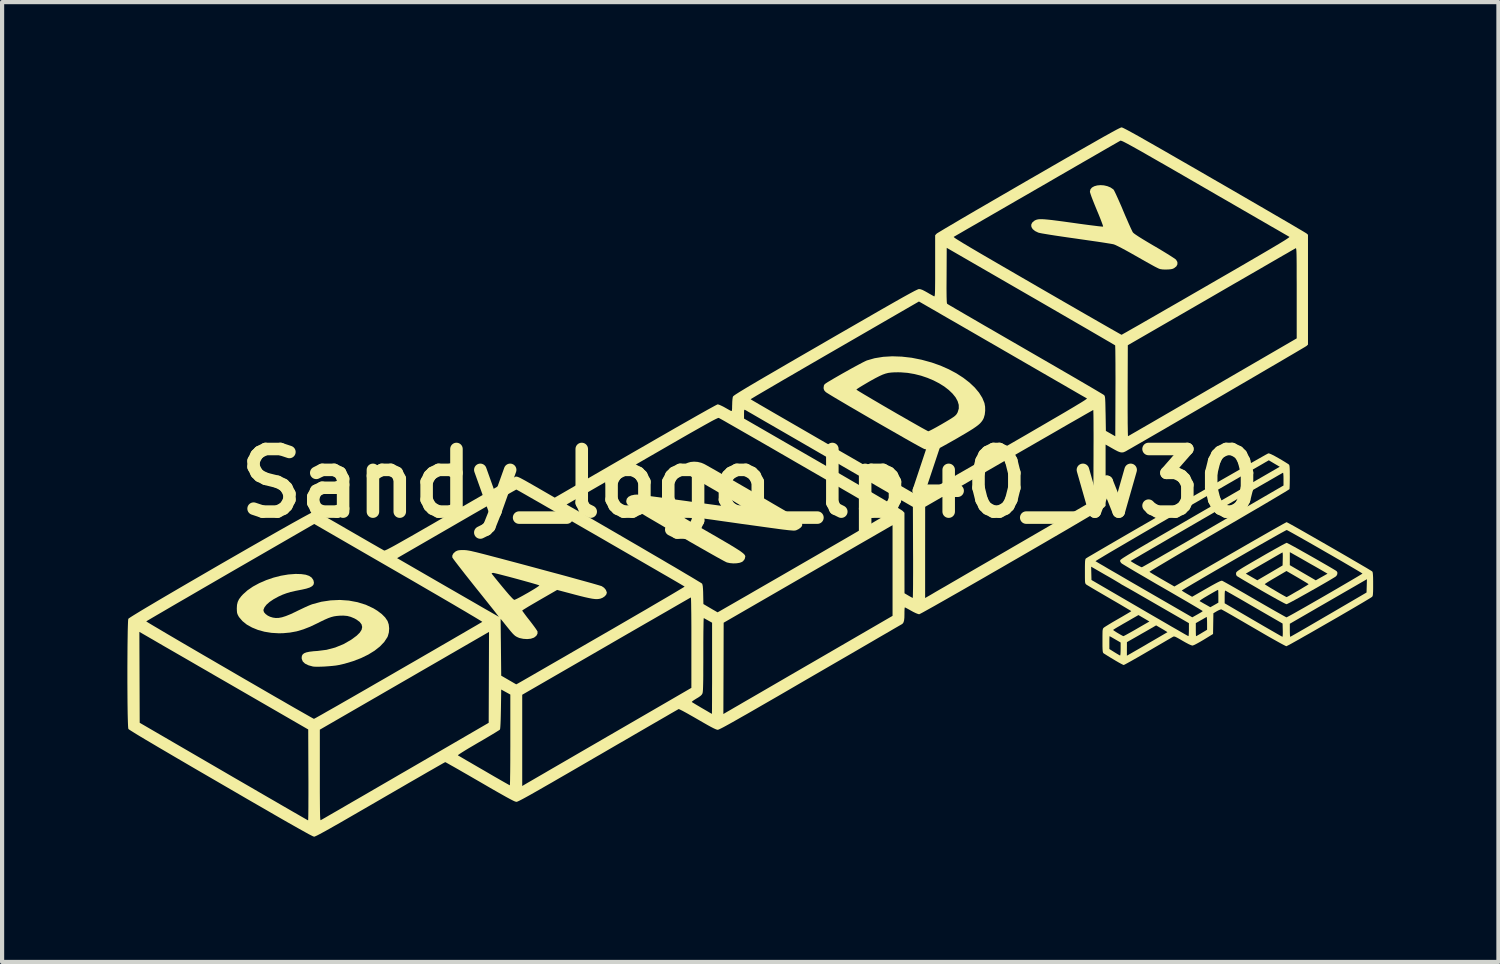
<source format=kicad_pcb>
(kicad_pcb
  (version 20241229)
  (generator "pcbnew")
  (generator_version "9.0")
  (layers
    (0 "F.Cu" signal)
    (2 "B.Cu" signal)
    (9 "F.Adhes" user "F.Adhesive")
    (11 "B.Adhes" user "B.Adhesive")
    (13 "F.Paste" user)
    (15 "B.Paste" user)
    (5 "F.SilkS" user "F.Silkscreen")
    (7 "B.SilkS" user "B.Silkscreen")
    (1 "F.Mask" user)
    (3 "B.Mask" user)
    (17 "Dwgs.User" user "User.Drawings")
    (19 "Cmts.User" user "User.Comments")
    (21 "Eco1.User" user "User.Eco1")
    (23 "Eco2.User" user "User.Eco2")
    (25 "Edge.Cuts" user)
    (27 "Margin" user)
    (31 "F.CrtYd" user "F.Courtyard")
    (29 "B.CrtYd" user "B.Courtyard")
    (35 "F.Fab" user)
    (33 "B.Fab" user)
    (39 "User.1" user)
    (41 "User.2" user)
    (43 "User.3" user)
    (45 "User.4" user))
  (footprint "Sandy_logo_lp40_w30"
    (layer "F.Cu")
    (at 14.915 8.522)
    (property "Reference" "Sandy_logo_lp40_w30" (at 0 0 0) (layer "F.SilkS") (effects (font (size 1.5 1.5) (thickness 0.3))))
    (attr board_only exclude_from_pos_files exclude_from_bom)
    (fp_poly (pts (xy 8.466 -7.134) (xy 8.548 -7.115) (xy 8.624 -7.084) (xy 8.69 -7.039) (xy 8.696 -7.034) (xy 8.709 -7.014) (xy 8.732 -6.969) (xy 8.763 -6.903) (xy 8.801 -6.82) (xy 8.844 -6.723) (xy 8.891 -6.616) (xy 8.927 -6.529) (xy 8.975 -6.415) (xy 9.022 -6.308) (xy 9.064 -6.211) (xy 9.101 -6.129) (xy 9.131 -6.065) (xy 9.152 -6.022) (xy 9.161 -6.007) (xy 9.184 -5.985) (xy 9.231 -5.951) (xy 9.302 -5.904) (xy 9.398 -5.844) (xy 9.519 -5.771) (xy 9.666 -5.684) (xy 9.677 -5.678) (xy 9.788 -5.613) (xy 9.892 -5.55) (xy 9.985 -5.493) (xy 10.066 -5.442) (xy 10.129 -5.401) (xy 10.174 -5.37) (xy 10.195 -5.353) (xy 10.195 -5.353) (xy 10.226 -5.298) (xy 10.227 -5.244) (xy 10.202 -5.195) (xy 10.15 -5.153) (xy 10.118 -5.137) (xy 10.074 -5.126) (xy 10.012 -5.12) (xy 9.942 -5.118) (xy 9.875 -5.12) (xy 9.821 -5.128) (xy 9.812 -5.13) (xy 9.791 -5.137) (xy 9.767 -5.147) (xy 9.735 -5.163) (xy 9.693 -5.184) (xy 9.64 -5.213) (xy 9.571 -5.251) (xy 9.485 -5.299) (xy 9.379 -5.359) (xy 9.25 -5.433) (xy 9.212 -5.454) (xy 9.094 -5.521) (xy 8.985 -5.581) (xy 8.888 -5.633) (xy 8.808 -5.674) (xy 8.746 -5.704) (xy 8.706 -5.72) (xy 8.702 -5.721) (xy 8.671 -5.728) (xy 8.614 -5.738) (xy 8.534 -5.751) (xy 8.433 -5.767) (xy 8.314 -5.785) (xy 8.181 -5.804) (xy 8.036 -5.825) (xy 7.882 -5.847) (xy 7.794 -5.86) (xy 7.616 -5.885) (xy 7.452 -5.909) (xy 7.304 -5.931) (xy 7.176 -5.951) (xy 7.068 -5.969) (xy 6.984 -5.983) (xy 6.925 -5.995) (xy 6.894 -6.003) (xy 6.816 -6.041) (xy 6.761 -6.087) (xy 6.731 -6.138) (xy 6.726 -6.19) (xy 6.748 -6.24) (xy 6.798 -6.284) (xy 6.808 -6.291) (xy 6.832 -6.303) (xy 6.859 -6.313) (xy 6.891 -6.32) (xy 6.931 -6.324) (xy 6.981 -6.324) (xy 7.043 -6.321) (xy 7.121 -6.314) (xy 7.217 -6.304) (xy 7.334 -6.289) (xy 7.473 -6.271) (xy 7.639 -6.248) (xy 7.733 -6.235) (xy 7.874 -6.215) (xy 8.007 -6.197) (xy 8.128 -6.181) (xy 8.234 -6.168) (xy 8.321 -6.157) (xy 8.388 -6.15) (xy 8.431 -6.146) (xy 8.447 -6.147) (xy 8.445 -6.163) (xy 8.431 -6.204) (xy 8.409 -6.264) (xy 8.379 -6.342) (xy 8.343 -6.432) (xy 8.301 -6.532) (xy 8.295 -6.547) (xy 8.245 -6.668) (xy 8.203 -6.774) (xy 8.169 -6.862) (xy 8.146 -6.929) (xy 8.133 -6.973) (xy 8.132 -6.987) (xy 8.145 -7.04) (xy 8.181 -7.082) (xy 8.237 -7.113) (xy 8.306 -7.132) (xy 8.384 -7.139)) (stroke (width 0) (type solid)) (fill yes) (layer "F.SilkS"))
    (fp_poly (pts (xy -10.752 2.174) (xy -10.645 2.189) (xy -10.563 2.217) (xy -10.504 2.257) (xy -10.466 2.311) (xy -10.458 2.331) (xy -10.448 2.383) (xy -10.459 2.427) (xy -10.492 2.464) (xy -10.548 2.495) (xy -10.631 2.522) (xy -10.741 2.547) (xy -10.759 2.55) (xy -10.895 2.577) (xy -11.008 2.603) (xy -11.107 2.633) (xy -11.199 2.667) (xy -11.291 2.709) (xy -11.305 2.716) (xy -11.416 2.777) (xy -11.509 2.84) (xy -11.582 2.904) (xy -11.631 2.967) (xy -11.655 3.024) (xy -11.657 3.044) (xy -11.644 3.086) (xy -11.607 3.129) (xy -11.553 3.169) (xy -11.499 3.195) (xy -11.43 3.216) (xy -11.362 3.225) (xy -11.291 3.223) (xy -11.212 3.208) (xy -11.121 3.179) (xy -11.014 3.136) (xy -10.888 3.077) (xy -10.84 3.053) (xy -10.752 3.011) (xy -10.666 2.97) (xy -10.588 2.935) (xy -10.525 2.909) (xy -10.487 2.895) (xy -10.269 2.836) (xy -10.048 2.803) (xy -9.828 2.793) (xy -9.612 2.808) (xy -9.404 2.847) (xy -9.207 2.908) (xy -9.025 2.993) (xy -8.93 3.051) (xy -8.824 3.131) (xy -8.743 3.212) (xy -8.686 3.297) (xy -8.684 3.301) (xy -8.657 3.381) (xy -8.647 3.474) (xy -8.654 3.57) (xy -8.678 3.658) (xy -8.69 3.685) (xy -8.765 3.799) (xy -8.868 3.907) (xy -8.996 4.008) (xy -9.147 4.101) (xy -9.319 4.185) (xy -9.509 4.258) (xy -9.716 4.32) (xy -9.857 4.352) (xy -9.921 4.363) (xy -10.002 4.372) (xy -10.094 4.38) (xy -10.19 4.387) (xy -10.283 4.391) (xy -10.366 4.392) (xy -10.433 4.391) (xy -10.472 4.387) (xy -10.581 4.357) (xy -10.662 4.317) (xy -10.715 4.267) (xy -10.74 4.205) (xy -10.742 4.178) (xy -10.737 4.133) (xy -10.718 4.098) (xy -10.684 4.07) (xy -10.632 4.049) (xy -10.557 4.033) (xy -10.458 4.021) (xy -10.36 4.014) (xy -10.147 3.987) (xy -9.939 3.932) (xy -9.742 3.852) (xy -9.558 3.747) (xy -9.425 3.649) (xy -9.351 3.576) (xy -9.307 3.507) (xy -9.293 3.441) (xy -9.308 3.378) (xy -9.354 3.318) (xy -9.429 3.263) (xy -9.479 3.235) (xy -9.567 3.198) (xy -9.651 3.176) (xy -9.743 3.168) (xy -9.831 3.17) (xy -9.903 3.176) (xy -9.969 3.186) (xy -10.034 3.203) (xy -10.105 3.228) (xy -10.188 3.264) (xy -10.286 3.311) (xy -10.357 3.347) (xy -10.537 3.433) (xy -10.704 3.498) (xy -10.863 3.545) (xy -11.022 3.574) (xy -11.186 3.589) (xy -11.29 3.591) (xy -11.465 3.581) (xy -11.632 3.554) (xy -11.789 3.511) (xy -11.931 3.453) (xy -12.056 3.383) (xy -12.159 3.3) (xy -12.238 3.208) (xy -12.254 3.183) (xy -12.275 3.142) (xy -12.288 3.104) (xy -12.293 3.057) (xy -12.295 2.993) (xy -12.29 2.91) (xy -12.273 2.84) (xy -12.242 2.775) (xy -12.191 2.707) (xy -12.147 2.659) (xy -12.04 2.563) (xy -11.909 2.473) (xy -11.758 2.391) (xy -11.592 2.319) (xy -11.418 2.259) (xy -11.239 2.213) (xy -11.061 2.183) (xy -10.889 2.17) (xy -10.885 2.17)) (stroke (width 0) (type solid)) (fill yes) (layer "F.SilkS"))
    (fp_poly (pts (xy 3.627 -3.033) (xy 3.864 -3.006) (xy 4.104 -2.958) (xy 4.344 -2.892) (xy 4.553 -2.818) (xy 4.75 -2.731) (xy 4.933 -2.634) (xy 5.099 -2.527) (xy 5.247 -2.413) (xy 5.374 -2.293) (xy 5.477 -2.17) (xy 5.555 -2.045) (xy 5.606 -1.922) (xy 5.622 -1.835) (xy 5.624 -1.74) (xy 5.614 -1.647) (xy 5.591 -1.567) (xy 5.582 -1.547) (xy 5.56 -1.507) (xy 5.533 -1.47) (xy 5.5 -1.433) (xy 5.457 -1.395) (xy 5.401 -1.353) (xy 5.331 -1.305) (xy 5.243 -1.25) (xy 5.135 -1.185) (xy 5.004 -1.109) (xy 4.966 -1.086) (xy 4.859 -1.025) (xy 4.758 -0.968) (xy 4.667 -0.917) (xy 4.589 -0.874) (xy 4.528 -0.841) (xy 4.487 -0.819) (xy 4.472 -0.813) (xy 4.405 -0.799) (xy 4.324 -0.797) (xy 4.24 -0.804) (xy 4.165 -0.822) (xy 4.163 -0.823) (xy 4.138 -0.835) (xy 4.089 -0.861) (xy 4.019 -0.899) (xy 3.93 -0.948) (xy 3.825 -1.007) (xy 3.706 -1.074) (xy 3.576 -1.149) (xy 3.436 -1.229) (xy 3.289 -1.313) (xy 3.137 -1.4) (xy 2.983 -1.489) (xy 2.829 -1.578) (xy 2.678 -1.666) (xy 2.531 -1.752) (xy 2.391 -1.833) (xy 2.261 -1.91) (xy 2.142 -1.98) (xy 2.037 -2.042) (xy 1.949 -2.095) (xy 1.879 -2.138) (xy 1.831 -2.168) (xy 1.806 -2.185) (xy 1.804 -2.187) (xy 1.771 -2.224) (xy 1.764 -2.243) (xy 2.541 -2.243) (xy 2.554 -2.233) (xy 2.591 -2.209) (xy 2.649 -2.174) (xy 2.725 -2.128) (xy 2.817 -2.074) (xy 2.921 -2.012) (xy 3.036 -1.945) (xy 3.158 -1.873) (xy 3.285 -1.799) (xy 3.415 -1.724) (xy 3.544 -1.649) (xy 3.671 -1.577) (xy 3.792 -1.507) (xy 3.905 -1.443) (xy 4.007 -1.385) (xy 4.095 -1.335) (xy 4.168 -1.295) (xy 4.222 -1.266) (xy 4.254 -1.249) (xy 4.263 -1.246) (xy 4.282 -1.253) (xy 4.324 -1.273) (xy 4.383 -1.304) (xy 4.455 -1.343) (xy 4.536 -1.389) (xy 4.563 -1.404) (xy 4.669 -1.466) (xy 4.753 -1.516) (xy 4.818 -1.556) (xy 4.866 -1.588) (xy 4.901 -1.615) (xy 4.926 -1.639) (xy 4.944 -1.663) (xy 4.959 -1.689) (xy 4.966 -1.704) (xy 4.992 -1.789) (xy 4.991 -1.878) (xy 4.964 -1.968) (xy 4.914 -2.059) (xy 4.842 -2.148) (xy 4.752 -2.234) (xy 4.645 -2.317) (xy 4.523 -2.393) (xy 4.388 -2.463) (xy 4.243 -2.524) (xy 4.09 -2.576) (xy 3.93 -2.616) (xy 3.767 -2.644) (xy 3.601 -2.657) (xy 3.541 -2.658) (xy 3.451 -2.657) (xy 3.373 -2.652) (xy 3.303 -2.643) (xy 3.236 -2.626) (xy 3.166 -2.601) (xy 3.088 -2.565) (xy 2.996 -2.518) (xy 2.887 -2.458) (xy 2.838 -2.43) (xy 2.753 -2.38) (xy 2.677 -2.335) (xy 2.615 -2.297) (xy 2.569 -2.267) (xy 2.544 -2.248) (xy 2.541 -2.243) (xy 1.764 -2.243) (xy 1.757 -2.261) (xy 1.755 -2.291) (xy 1.763 -2.345) (xy 1.782 -2.374) (xy 1.808 -2.393) (xy 1.857 -2.425) (xy 1.925 -2.465) (xy 2.007 -2.514) (xy 2.101 -2.568) (xy 2.202 -2.626) (xy 2.306 -2.684) (xy 2.409 -2.742) (xy 2.508 -2.796) (xy 2.599 -2.845) (xy 2.678 -2.887) (xy 2.74 -2.918) (xy 2.783 -2.938) (xy 2.792 -2.942) (xy 2.977 -2.995) (xy 3.181 -3.028) (xy 3.398 -3.041)) (stroke (width 0) (type solid)) (fill yes) (layer "F.SilkS"))
    (fp_poly (pts (xy 12.861 1.433) (xy 12.9 1.453) (xy 12.959 1.485) (xy 13.035 1.526) (xy 13.123 1.575) (xy 13.222 1.631) (xy 13.327 1.69) (xy 13.435 1.751) (xy 13.544 1.813) (xy 13.65 1.874) (xy 13.749 1.931) (xy 13.839 1.983) (xy 13.916 2.028) (xy 13.978 2.065) (xy 14.02 2.091) (xy 14.039 2.104) (xy 14.057 2.136) (xy 14.055 2.176) (xy 14.035 2.215) (xy 14.017 2.232) (xy 13.98 2.256) (xy 13.923 2.29) (xy 13.85 2.334) (xy 13.762 2.385) (xy 13.665 2.441) (xy 13.561 2.501) (xy 13.452 2.562) (xy 13.343 2.624) (xy 13.237 2.683) (xy 13.137 2.739) (xy 13.046 2.789) (xy 12.968 2.831) (xy 12.905 2.864) (xy 12.862 2.886) (xy 12.841 2.895) (xy 12.84 2.895) (xy 12.82 2.888) (xy 12.777 2.867) (xy 12.713 2.833) (xy 12.633 2.79) (xy 12.538 2.737) (xy 12.431 2.677) (xy 12.315 2.611) (xy 12.238 2.567) (xy 12.119 2.497) (xy 12.007 2.432) (xy 11.977 2.415) (xy 12.317 2.415) (xy 12.33 2.425) (xy 12.363 2.447) (xy 12.413 2.478) (xy 12.475 2.516) (xy 12.545 2.557) (xy 12.616 2.599) (xy 12.685 2.64) (xy 12.747 2.675) (xy 12.798 2.703) (xy 12.831 2.721) (xy 12.843 2.725) (xy 12.858 2.717) (xy 12.895 2.697) (xy 12.95 2.666) (xy 13.018 2.626) (xy 13.096 2.581) (xy 13.11 2.574) (xy 13.188 2.528) (xy 13.257 2.486) (xy 13.313 2.453) (xy 13.351 2.429) (xy 13.367 2.417) (xy 13.368 2.416) (xy 13.355 2.406) (xy 13.321 2.384) (xy 13.268 2.352) (xy 13.201 2.312) (xy 13.123 2.266) (xy 13.103 2.254) (xy 12.838 2.1) (xy 12.578 2.253) (xy 12.499 2.299) (xy 12.429 2.341) (xy 12.373 2.376) (xy 12.335 2.401) (xy 12.318 2.414) (xy 12.317 2.415) (xy 11.977 2.415) (xy 11.905 2.373) (xy 11.816 2.321) (xy 11.744 2.278) (xy 11.69 2.245) (xy 11.657 2.225) (xy 11.649 2.22) (xy 11.632 2.189) (xy 11.631 2.163) (xy 11.864 2.163) (xy 12.002 2.243) (xy 12.14 2.322) (xy 12.443 2.145) (xy 12.745 1.967) (xy 12.749 1.807) (xy 12.749 1.805) (xy 12.918 1.805) (xy 12.918 1.96) (xy 13.229 2.142) (xy 13.54 2.323) (xy 13.615 2.28) (xy 13.672 2.248) (xy 13.731 2.215) (xy 13.756 2.201) (xy 13.821 2.164) (xy 13.718 2.104) (xy 13.665 2.073) (xy 13.595 2.033) (xy 13.515 1.987) (xy 13.426 1.937) (xy 13.335 1.885) (xy 13.245 1.833) (xy 13.159 1.784) (xy 13.083 1.741) (xy 13.02 1.706) (xy 12.975 1.68) (xy 12.952 1.667) (xy 12.951 1.667) (xy 12.918 1.649) (xy 12.918 1.805) (xy 12.749 1.805) (xy 12.75 1.743) (xy 12.749 1.693) (xy 12.745 1.662) (xy 12.742 1.655) (xy 12.726 1.664) (xy 12.688 1.686) (xy 12.632 1.718) (xy 12.561 1.759) (xy 12.48 1.806) (xy 12.437 1.831) (xy 12.342 1.886) (xy 12.246 1.941) (xy 12.155 1.994) (xy 12.075 2.04) (xy 12.014 2.076) (xy 12.004 2.081) (xy 11.864 2.163) (xy 11.631 2.163) (xy 11.63 2.154) (xy 11.632 2.143) (xy 11.638 2.131) (xy 11.649 2.118) (xy 11.668 2.101) (xy 11.698 2.08) (xy 11.739 2.053) (xy 11.795 2.018) (xy 11.869 1.974) (xy 11.961 1.92) (xy 12.074 1.854) (xy 12.212 1.775) (xy 12.225 1.767) (xy 12.347 1.696) (xy 12.462 1.631) (xy 12.567 1.572) (xy 12.659 1.521) (xy 12.735 1.479) (xy 12.794 1.448) (xy 12.831 1.43) (xy 12.844 1.425)) (stroke (width 0) (type solid)) (fill yes) (layer "F.SilkS"))
    (fp_poly (pts (xy -1.26 -0.512) (xy -1.173 -0.491) (xy -1.108 -0.464) (xy -1.074 -0.446) (xy -1.017 -0.414) (xy -0.941 -0.371) (xy -0.847 -0.318) (xy -0.739 -0.256) (xy -0.617 -0.186) (xy -0.485 -0.11) (xy -0.345 -0.029) (xy -0.198 0.056) (xy -0.048 0.143) (xy 0.103 0.231) (xy 0.253 0.318) (xy 0.4 0.404) (xy 0.541 0.487) (xy 0.675 0.565) (xy 0.799 0.637) (xy 0.909 0.703) (xy 1.006 0.759) (xy 1.085 0.807) (xy 1.145 0.843) (xy 1.183 0.866) (xy 1.197 0.876) (xy 1.223 0.914) (xy 1.24 0.961) (xy 1.24 0.964) (xy 1.243 1.003) (xy 1.232 1.031) (xy 1.203 1.063) (xy 1.201 1.065) (xy 1.154 1.098) (xy 1.1 1.124) (xy 1.09 1.127) (xy 1.079 1.129) (xy 1.066 1.131) (xy 1.05 1.132) (xy 1.028 1.132) (xy 0.999 1.13) (xy 0.963 1.127) (xy 0.916 1.123) (xy 0.858 1.116) (xy 0.787 1.108) (xy 0.702 1.097) (xy 0.601 1.083) (xy 0.482 1.067) (xy 0.344 1.048) (xy 0.186 1.026) (xy 0.005 1.001) (xy -0.2 0.973) (xy -0.43 0.94) (xy -0.686 0.904) (xy -0.923 0.87) (xy -1.092 0.847) (xy -1.232 0.828) (xy -1.346 0.814) (xy -1.435 0.804) (xy -1.5 0.798) (xy -1.543 0.796) (xy -1.564 0.798) (xy -1.566 0.798) (xy -1.585 0.813) (xy -1.577 0.829) (xy -1.573 0.833) (xy -1.557 0.844) (xy -1.516 0.869) (xy -1.455 0.905) (xy -1.376 0.952) (xy -1.28 1.008) (xy -1.171 1.072) (xy -1.052 1.141) (xy -0.924 1.215) (xy -0.885 1.237) (xy -0.722 1.332) (xy -0.583 1.413) (xy -0.467 1.482) (xy -0.371 1.54) (xy -0.294 1.589) (xy -0.233 1.629) (xy -0.188 1.663) (xy -0.156 1.69) (xy -0.135 1.714) (xy -0.124 1.734) (xy -0.12 1.752) (xy -0.12 1.754) (xy -0.134 1.814) (xy -0.174 1.865) (xy -0.2 1.883) (xy -0.253 1.903) (xy -0.325 1.915) (xy -0.407 1.918) (xy -0.487 1.911) (xy -0.556 1.896) (xy -0.563 1.894) (xy -0.59 1.881) (xy -0.64 1.855) (xy -0.711 1.816) (xy -0.8 1.767) (xy -0.905 1.708) (xy -1.025 1.64) (xy -1.155 1.566) (xy -1.295 1.486) (xy -1.442 1.402) (xy -1.593 1.314) (xy -1.747 1.226) (xy -1.901 1.137) (xy -2.052 1.049) (xy -2.198 0.963) (xy -2.338 0.881) (xy -2.468 0.805) (xy -2.587 0.734) (xy -2.692 0.672) (xy -2.781 0.618) (xy -2.851 0.575) (xy -2.9 0.544) (xy -2.926 0.526) (xy -2.929 0.524) (xy -2.963 0.473) (xy -2.971 0.427) (xy -2.957 0.369) (xy -2.917 0.323) (xy -2.854 0.291) (xy -2.77 0.273) (xy -2.71 0.27) (xy -2.684 0.272) (xy -2.63 0.278) (xy -2.552 0.288) (xy -2.451 0.3) (xy -2.33 0.316) (xy -2.192 0.334) (xy -2.038 0.355) (xy -1.872 0.378) (xy -1.695 0.402) (xy -1.51 0.427) (xy -1.45 0.436) (xy -1.264 0.462) (xy -1.085 0.486) (xy -0.917 0.509) (xy -0.761 0.53) (xy -0.621 0.549) (xy -0.497 0.565) (xy -0.393 0.578) (xy -0.311 0.588) (xy -0.253 0.594) (xy -0.222 0.597) (xy -0.218 0.597) (xy -0.186 0.589) (xy -0.173 0.575) (xy -0.173 0.574) (xy -0.185 0.564) (xy -0.221 0.539) (xy -0.279 0.503) (xy -0.355 0.456) (xy -0.448 0.4) (xy -0.555 0.337) (xy -0.674 0.267) (xy -0.802 0.193) (xy -0.863 0.157) (xy -0.995 0.081) (xy -1.12 0.007) (xy -1.235 -0.061) (xy -1.338 -0.122) (xy -1.426 -0.175) (xy -1.496 -0.219) (xy -1.546 -0.251) (xy -1.574 -0.27) (xy -1.579 -0.274) (xy -1.597 -0.312) (xy -1.605 -0.359) (xy -1.605 -0.362) (xy -1.592 -0.415) (xy -1.555 -0.458) (xy -1.498 -0.491) (xy -1.427 -0.511) (xy -1.346 -0.518)) (stroke (width 0) (type solid)) (fill yes) (layer "F.SilkS"))
    (fp_poly (pts (xy 12.432 -0.712) (xy 12.484 -0.69) (xy 12.56 -0.651) (xy 12.651 -0.6) (xy 12.725 -0.557) (xy 12.791 -0.517) (xy 12.844 -0.484) (xy 12.88 -0.461) (xy 12.891 -0.453) (xy 12.901 -0.442) (xy 12.908 -0.425) (xy 12.912 -0.396) (xy 12.915 -0.353) (xy 12.917 -0.29) (xy 12.917 -0.204) (xy 12.918 -0.156) (xy 12.917 -0.068) (xy 12.916 0.012) (xy 12.914 0.076) (xy 12.912 0.121) (xy 12.909 0.14) (xy 12.895 0.15) (xy 12.857 0.174) (xy 12.796 0.212) (xy 12.713 0.261) (xy 12.611 0.322) (xy 12.49 0.394) (xy 12.353 0.475) (xy 12.201 0.565) (xy 12.034 0.662) (xy 11.856 0.766) (xy 11.667 0.877) (xy 11.469 0.992) (xy 11.264 1.111) (xy 11.223 1.135) (xy 11.016 1.255) (xy 10.818 1.37) (xy 10.628 1.481) (xy 10.448 1.586) (xy 10.281 1.684) (xy 10.127 1.775) (xy 9.989 1.857) (xy 9.866 1.93) (xy 9.762 1.992) (xy 9.678 2.043) (xy 9.614 2.082) (xy 9.574 2.108) (xy 9.557 2.12) (xy 9.557 2.12) (xy 9.573 2.131) (xy 9.611 2.155) (xy 9.667 2.189) (xy 9.738 2.23) (xy 9.819 2.278) (xy 9.861 2.302) (xy 10.154 2.471) (xy 11.487 1.701) (xy 11.671 1.595) (xy 11.848 1.493) (xy 12.016 1.396) (xy 12.174 1.306) (xy 12.319 1.223) (xy 12.45 1.148) (xy 12.565 1.083) (xy 12.663 1.028) (xy 12.741 0.984) (xy 12.798 0.953) (xy 12.832 0.935) (xy 12.841 0.93) (xy 12.857 0.938) (xy 12.897 0.959) (xy 12.957 0.992) (xy 13.036 1.036) (xy 13.132 1.09) (xy 13.241 1.152) (xy 13.361 1.221) (xy 13.491 1.295) (xy 13.627 1.373) (xy 13.767 1.453) (xy 13.909 1.535) (xy 14.05 1.616) (xy 14.188 1.696) (xy 14.321 1.773) (xy 14.445 1.846) (xy 14.559 1.912) (xy 14.661 1.972) (xy 14.747 2.022) (xy 14.815 2.063) (xy 14.863 2.092) (xy 14.889 2.109) (xy 14.892 2.112) (xy 14.9 2.126) (xy 14.905 2.153) (xy 14.909 2.197) (xy 14.912 2.261) (xy 14.913 2.35) (xy 14.913 2.414) (xy 14.913 2.514) (xy 14.912 2.588) (xy 14.909 2.641) (xy 14.906 2.677) (xy 14.9 2.699) (xy 14.892 2.713) (xy 14.887 2.719) (xy 14.866 2.733) (xy 14.822 2.761) (xy 14.757 2.8) (xy 14.674 2.85) (xy 14.575 2.908) (xy 14.463 2.974) (xy 14.34 3.046) (xy 14.209 3.122) (xy 14.072 3.202) (xy 13.931 3.283) (xy 13.788 3.365) (xy 13.647 3.446) (xy 13.51 3.525) (xy 13.379 3.6) (xy 13.256 3.669) (xy 13.145 3.733) (xy 13.046 3.788) (xy 12.964 3.834) (xy 12.9 3.869) (xy 12.856 3.891) (xy 12.836 3.901) (xy 12.835 3.901) (xy 12.816 3.893) (xy 12.774 3.872) (xy 12.71 3.838) (xy 12.628 3.793) (xy 12.53 3.738) (xy 12.418 3.675) (xy 12.295 3.604) (xy 12.163 3.527) (xy 12.053 3.463) (xy 11.915 3.383) (xy 11.785 3.307) (xy 11.665 3.238) (xy 11.557 3.175) (xy 11.463 3.121) (xy 11.386 3.077) (xy 11.328 3.045) (xy 11.291 3.025) (xy 11.28 3.019) (xy 11.254 3.023) (xy 11.213 3.04) (xy 11.171 3.062) (xy 11.088 3.112) (xy 11.084 3.36) (xy 11.08 3.608) (xy 10.855 3.746) (xy 10.768 3.797) (xy 10.694 3.838) (xy 10.636 3.868) (xy 10.597 3.883) (xy 10.588 3.885) (xy 10.555 3.877) (xy 10.5 3.853) (xy 10.426 3.814) (xy 10.35 3.771) (xy 10.275 3.727) (xy 10.221 3.697) (xy 10.183 3.678) (xy 10.157 3.669) (xy 10.139 3.668) (xy 10.123 3.674) (xy 10.114 3.679) (xy 10.093 3.691) (xy 10.049 3.717) (xy 9.985 3.754) (xy 9.903 3.802) (xy 9.807 3.858) (xy 9.7 3.92) (xy 9.584 3.988) (xy 9.518 4.026) (xy 9.4 4.095) (xy 9.289 4.159) (xy 9.189 4.216) (xy 9.102 4.265) (xy 9.031 4.304) (xy 8.978 4.333) (xy 8.947 4.348) (xy 8.94 4.351) (xy 8.921 4.343) (xy 8.881 4.323) (xy 8.824 4.292) (xy 8.756 4.253) (xy 8.7 4.219) (xy 8.626 4.175) (xy 8.56 4.134) (xy 8.548 4.127) (xy 9.017 4.127) (xy 9.051 4.109) (xy 9.071 4.097) (xy 9.114 4.073) (xy 9.177 4.036) (xy 9.256 3.991) (xy 9.348 3.938) (xy 9.45 3.879) (xy 9.534 3.829) (xy 9.64 3.768) (xy 9.736 3.712) (xy 9.822 3.662) (xy 9.892 3.621) (xy 9.945 3.59) (xy 9.978 3.571) (xy 9.988 3.565) (xy 9.977 3.557) (xy 9.945 3.537) (xy 9.898 3.508) (xy 9.854 3.482) (xy 9.717 3.402) (xy 9.669 3.43) (xy 9.643 3.446) (xy 9.595 3.473) (xy 9.529 3.511) (xy 9.451 3.556) (xy 9.364 3.605) (xy 9.32 3.631) (xy 9.018 3.803) (xy 9.017 3.965) (xy 9.017 4.127) (xy 8.548 4.127) (xy 8.506 4.1) (xy 8.469 4.077) (xy 8.456 4.068) (xy 8.448 4.057) (xy 8.441 4.038) (xy 8.437 4.008) (xy 8.434 3.962) (xy 8.432 3.896) (xy 8.432 3.815) (xy 8.597 3.815) (xy 8.597 3.968) (xy 8.721 4.046) (xy 8.775 4.079) (xy 8.819 4.105) (xy 8.848 4.121) (xy 8.855 4.124) (xy 8.86 4.111) (xy 8.864 4.074) (xy 8.866 4.019) (xy 8.867 3.969) (xy 8.867 3.812) (xy 8.738 3.737) (xy 8.683 3.705) (xy 8.638 3.679) (xy 8.61 3.664) (xy 8.603 3.661) (xy 8.6 3.675) (xy 8.598 3.712) (xy 8.597 3.768) (xy 8.597 3.815) (xy 8.432 3.815) (xy 8.432 3.805) (xy 8.432 3.767) (xy 8.432 3.668) (xy 8.433 3.595) (xy 8.434 3.544) (xy 8.437 3.511) (xy 8.687 3.511) (xy 8.699 3.522) (xy 8.73 3.543) (xy 8.773 3.571) (xy 8.822 3.6) (xy 8.869 3.627) (xy 8.907 3.648) (xy 8.931 3.659) (xy 8.933 3.66) (xy 8.949 3.653) (xy 8.988 3.633) (xy 9.044 3.602) (xy 9.116 3.562) (xy 9.198 3.516) (xy 9.251 3.485) (xy 9.556 3.309) (xy 9.425 3.232) (xy 9.294 3.155) (xy 9.226 3.194) (xy 9.191 3.214) (xy 9.135 3.246) (xy 9.065 3.287) (xy 8.986 3.332) (xy 8.923 3.368) (xy 8.848 3.412) (xy 8.782 3.45) (xy 8.731 3.481) (xy 8.698 3.503) (xy 8.687 3.511) (xy 8.437 3.511) (xy 8.438 3.509) (xy 8.443 3.486) (xy 8.451 3.47) (xy 8.462 3.459) (xy 8.465 3.456) (xy 8.488 3.44) (xy 8.532 3.412) (xy 8.594 3.374) (xy 8.67 3.328) (xy 8.756 3.278) (xy 8.81 3.247) (xy 8.897 3.197) (xy 8.975 3.151) (xy 9.04 3.113) (xy 9.088 3.084) (xy 9.116 3.066) (xy 9.121 3.061) (xy 9.109 3.052) (xy 9.073 3.03) (xy 9.016 2.996) (xy 8.942 2.952) (xy 8.853 2.899) (xy 8.752 2.84) (xy 8.641 2.776) (xy 8.602 2.753) (xy 8.487 2.686) (xy 8.379 2.623) (xy 8.281 2.566) (xy 8.196 2.516) (xy 8.128 2.475) (xy 8.078 2.445) (xy 8.051 2.428) (xy 8.047 2.426) (xy 8.035 2.415) (xy 8.026 2.403) (xy 8.019 2.386) (xy 8.015 2.357) (xy 8.013 2.314) (xy 8.012 2.252) (xy 8.012 2.167) (xy 8.012 2.109) (xy 8.012 2.008) (xy 8.012 1.996) (xy 8.161 1.996) (xy 8.165 2.155) (xy 8.169 2.315) (xy 9.324 2.987) (xy 9.495 3.087) (xy 9.659 3.182) (xy 9.813 3.271) (xy 9.956 3.354) (xy 10.086 3.43) (xy 10.202 3.496) (xy 10.3 3.553) (xy 10.38 3.599) (xy 10.44 3.633) (xy 10.478 3.654) (xy 10.491 3.66) (xy 10.495 3.647) (xy 10.499 3.609) (xy 10.501 3.554) (xy 10.502 3.505) (xy 10.502 3.349) (xy 10.501 3.348) (xy 10.667 3.348) (xy 10.667 3.505) (xy 10.668 3.569) (xy 10.669 3.62) (xy 10.671 3.653) (xy 10.673 3.661) (xy 10.688 3.654) (xy 10.723 3.634) (xy 10.772 3.606) (xy 10.808 3.584) (xy 10.937 3.507) (xy 10.937 3.35) (xy 10.936 3.287) (xy 10.933 3.237) (xy 10.93 3.207) (xy 10.926 3.2) (xy 10.909 3.21) (xy 10.872 3.231) (xy 10.822 3.26) (xy 10.791 3.277) (xy 10.667 3.348) (xy 10.501 3.348) (xy 9.742 2.91) (xy 9.602 2.829) (xy 9.47 2.753) (xy 9.346 2.682) (xy 9.234 2.617) (xy 9.136 2.561) (xy 9.055 2.515) (xy 8.992 2.48) (xy 8.951 2.457) (xy 8.936 2.448) (xy 8.897 2.427) (xy 8.867 2.408) (xy 8.867 2.408) (xy 8.848 2.395) (xy 8.807 2.371) (xy 8.747 2.335) (xy 8.673 2.291) (xy 8.587 2.241) (xy 8.502 2.193) (xy 8.161 1.996) (xy 8.012 1.996) (xy 8.013 1.932) (xy 8.015 1.878) (xy 8.016 1.865) (xy 8.266 1.865) (xy 8.28 1.874) (xy 8.319 1.897) (xy 8.379 1.933) (xy 8.461 1.98) (xy 8.56 2.039) (xy 8.676 2.106) (xy 8.808 2.182) (xy 8.952 2.266) (xy 9.106 2.356) (xy 9.271 2.451) (xy 9.43 2.543) (xy 10.583 3.209) (xy 10.667 3.162) (xy 10.718 3.133) (xy 10.765 3.106) (xy 10.791 3.091) (xy 10.819 3.073) (xy 10.832 3.059) (xy 10.832 3.059) (xy 10.819 3.05) (xy 10.783 3.028) (xy 10.724 2.992) (xy 10.646 2.946) (xy 10.549 2.889) (xy 10.437 2.823) (xy 10.43 2.819) (xy 10.759 2.819) (xy 10.76 2.822) (xy 10.781 2.834) (xy 10.821 2.857) (xy 10.873 2.887) (xy 10.897 2.9) (xy 11.015 2.967) (xy 11.111 2.913) (xy 11.207 2.858) (xy 11.207 2.711) (xy 11.358 2.711) (xy 11.358 2.718) (xy 11.358 2.873) (xy 12.044 3.274) (xy 12.175 3.35) (xy 12.298 3.422) (xy 12.411 3.487) (xy 12.512 3.545) (xy 12.597 3.594) (xy 12.665 3.633) (xy 12.713 3.66) (xy 12.738 3.673) (xy 12.742 3.675) (xy 12.746 3.661) (xy 12.749 3.624) (xy 12.75 3.569) (xy 12.749 3.517) (xy 12.745 3.363) (xy 12.918 3.363) (xy 12.918 3.519) (xy 12.919 3.584) (xy 12.921 3.635) (xy 12.925 3.667) (xy 12.929 3.675) (xy 12.943 3.668) (xy 12.982 3.646) (xy 13.042 3.612) (xy 13.121 3.567) (xy 13.218 3.511) (xy 13.331 3.446) (xy 13.456 3.373) (xy 13.593 3.293) (xy 13.739 3.208) (xy 13.848 3.145) (xy 14.755 2.615) (xy 14.76 2.456) (xy 14.764 2.296) (xy 14.445 2.481) (xy 14.362 2.529) (xy 14.257 2.589) (xy 14.136 2.659) (xy 14.004 2.735) (xy 13.864 2.816) (xy 13.722 2.898) (xy 13.581 2.979) (xy 13.521 3.014) (xy 12.918 3.363) (xy 12.745 3.363) (xy 12.745 3.358) (xy 12.07 2.968) (xy 11.939 2.892) (xy 11.817 2.821) (xy 11.704 2.756) (xy 11.604 2.699) (xy 11.519 2.65) (xy 11.451 2.612) (xy 11.404 2.585) (xy 11.379 2.571) (xy 11.376 2.57) (xy 11.367 2.574) (xy 11.362 2.596) (xy 11.359 2.64) (xy 11.358 2.711) (xy 11.207 2.711) (xy 11.207 2.704) (xy 11.206 2.64) (xy 11.205 2.59) (xy 11.202 2.558) (xy 11.199 2.551) (xy 11.184 2.558) (xy 11.148 2.577) (xy 11.094 2.607) (xy 11.028 2.645) (xy 10.966 2.681) (xy 10.878 2.733) (xy 10.813 2.774) (xy 10.773 2.803) (xy 10.759 2.819) (xy 10.43 2.819) (xy 10.311 2.75) (xy 10.173 2.67) (xy 10.025 2.584) (xy 9.997 2.568) (xy 10.331 2.568) (xy 10.346 2.579) (xy 10.381 2.602) (xy 10.43 2.631) (xy 10.458 2.648) (xy 10.579 2.717) (xy 10.922 2.52) (xy 11.034 2.456) (xy 11.123 2.407) (xy 11.191 2.371) (xy 11.241 2.347) (xy 11.275 2.335) (xy 11.294 2.332) (xy 11.296 2.333) (xy 11.315 2.342) (xy 11.357 2.365) (xy 11.42 2.4) (xy 11.502 2.446) (xy 11.6 2.502) (xy 11.711 2.566) (xy 11.835 2.637) (xy 11.967 2.714) (xy 12.074 2.776) (xy 12.211 2.855) (xy 12.341 2.93) (xy 12.46 2.998) (xy 12.568 3.06) (xy 12.661 3.112) (xy 12.737 3.155) (xy 12.793 3.186) (xy 12.828 3.205) (xy 12.839 3.21) (xy 12.855 3.202) (xy 12.895 3.181) (xy 12.956 3.148) (xy 13.037 3.103) (xy 13.135 3.047) (xy 13.249 2.983) (xy 13.375 2.911) (xy 13.512 2.832) (xy 13.659 2.748) (xy 13.758 2.691) (xy 13.908 2.604) (xy 14.051 2.521) (xy 14.183 2.444) (xy 14.304 2.373) (xy 14.41 2.311) (xy 14.5 2.258) (xy 14.572 2.215) (xy 14.623 2.184) (xy 14.652 2.166) (xy 14.658 2.162) (xy 14.645 2.153) (xy 14.609 2.13) (xy 14.552 2.096) (xy 14.476 2.051) (xy 14.384 1.997) (xy 14.28 1.936) (xy 14.164 1.868) (xy 14.04 1.797) (xy 13.911 1.722) (xy 13.778 1.646) (xy 13.645 1.569) (xy 13.514 1.494) (xy 13.388 1.422) (xy 13.268 1.354) (xy 13.159 1.292) (xy 13.061 1.237) (xy 12.979 1.191) (xy 12.914 1.155) (xy 12.868 1.13) (xy 12.846 1.119) (xy 12.844 1.119) (xy 12.827 1.126) (xy 12.788 1.147) (xy 12.727 1.18) (xy 12.646 1.225) (xy 12.549 1.28) (xy 12.437 1.343) (xy 12.312 1.414) (xy 12.176 1.491) (xy 12.032 1.574) (xy 11.882 1.66) (xy 11.728 1.749) (xy 11.572 1.839) (xy 11.416 1.929) (xy 11.262 2.018) (xy 11.113 2.104) (xy 10.971 2.187) (xy 10.837 2.265) (xy 10.715 2.337) (xy 10.605 2.401) (xy 10.511 2.457) (xy 10.435 2.502) (xy 10.378 2.537) (xy 10.343 2.559) (xy 10.331 2.568) (xy 9.997 2.568) (xy 9.876 2.498) (xy 9.719 2.408) (xy 9.57 2.321) (xy 9.43 2.239) (xy 9.301 2.164) (xy 9.185 2.096) (xy 9.085 2.036) (xy 9.003 1.987) (xy 8.94 1.949) (xy 8.9 1.924) (xy 8.884 1.912) (xy 8.858 1.877) (xy 8.857 1.86) (xy 9.107 1.86) (xy 9.119 1.871) (xy 9.151 1.892) (xy 9.196 1.919) (xy 9.247 1.948) (xy 9.298 1.975) (xy 9.34 1.997) (xy 9.368 2.009) (xy 9.374 2.01) (xy 9.389 2.003) (xy 9.429 1.981) (xy 9.491 1.946) (xy 9.575 1.899) (xy 9.678 1.84) (xy 9.8 1.771) (xy 9.938 1.691) (xy 10.092 1.603) (xy 10.259 1.507) (xy 10.438 1.404) (xy 10.627 1.294) (xy 10.826 1.179) (xy 11.032 1.06) (xy 11.081 1.031) (xy 12.767 0.053) (xy 12.767 -0.103) (xy 12.766 -0.166) (xy 12.763 -0.216) (xy 12.759 -0.246) (xy 12.755 -0.253) (xy 12.738 -0.244) (xy 12.698 -0.221) (xy 12.636 -0.186) (xy 12.554 -0.138) (xy 12.453 -0.08) (xy 12.335 -0.012) (xy 12.202 0.064) (xy 12.056 0.148) (xy 11.898 0.239) (xy 11.731 0.336) (xy 11.556 0.437) (xy 11.375 0.542) (xy 11.189 0.649) (xy 11.002 0.758) (xy 10.813 0.867) (xy 10.626 0.976) (xy 10.441 1.083) (xy 10.262 1.187) (xy 10.088 1.287) (xy 9.924 1.383) (xy 9.769 1.473) (xy 9.626 1.556) (xy 9.496 1.632) (xy 9.382 1.698) (xy 9.286 1.755) (xy 9.208 1.8) (xy 9.151 1.834) (xy 9.117 1.854) (xy 9.107 1.86) (xy 8.857 1.86) (xy 8.857 1.842) (xy 8.862 1.835) (xy 8.877 1.823) (xy 8.901 1.805) (xy 8.936 1.781) (xy 8.984 1.751) (xy 9.045 1.713) (xy 9.12 1.668) (xy 9.211 1.613) (xy 9.319 1.549) (xy 9.444 1.476) (xy 9.589 1.391) (xy 9.753 1.295) (xy 9.938 1.188) (xy 10.145 1.068) (xy 10.376 0.934) (xy 10.631 0.786) (xy 10.771 0.705) (xy 12.677 -0.396) (xy 12.546 -0.473) (xy 12.415 -0.551) (xy 12.355 -0.516) (xy 12.335 -0.505) (xy 12.291 -0.479) (xy 12.224 -0.44) (xy 12.135 -0.389) (xy 12.026 -0.326) (xy 11.898 -0.252) (xy 11.753 -0.168) (xy 11.592 -0.075) (xy 11.417 0.026) (xy 11.229 0.135) (xy 11.029 0.25) (xy 10.82 0.371) (xy 10.601 0.497) (xy 10.376 0.628) (xy 10.275 0.686) (xy 10.048 0.817) (xy 9.828 0.944) (xy 9.617 1.067) (xy 9.417 1.183) (xy 9.227 1.294) (xy 9.051 1.397) (xy 8.889 1.492) (xy 8.742 1.578) (xy 8.612 1.654) (xy 8.501 1.72) (xy 8.41 1.775) (xy 8.34 1.817) (xy 8.292 1.847) (xy 8.268 1.862) (xy 8.266 1.865) (xy 8.016 1.865) (xy 8.019 1.842) (xy 8.024 1.819) (xy 8.031 1.804) (xy 8.038 1.798) (xy 8.055 1.787) (xy 8.097 1.761) (xy 8.161 1.724) (xy 8.246 1.674) (xy 8.35 1.613) (xy 8.472 1.542) (xy 8.609 1.462) (xy 8.762 1.373) (xy 8.926 1.278) (xy 9.102 1.176) (xy 9.287 1.069) (xy 9.48 0.958) (xy 9.679 0.843) (xy 9.882 0.726) (xy 10.088 0.607) (xy 10.295 0.488) (xy 10.501 0.369) (xy 10.705 0.252) (xy 10.905 0.137) (xy 11.1 0.025) (xy 11.287 -0.083) (xy 11.466 -0.185) (xy 11.634 -0.281) (xy 11.79 -0.371) (xy 11.932 -0.452) (xy 12.058 -0.524) (xy 12.168 -0.586) (xy 12.258 -0.637) (xy 12.328 -0.677) (xy 12.377 -0.703) (xy 12.401 -0.716) (xy 12.403 -0.717)) (stroke (width 0) (type solid)) (fill yes) (layer "F.SilkS"))
    (fp_poly (pts (xy 8.901 -8.519) (xy 8.922 -8.511) (xy 8.953 -8.496) (xy 8.996 -8.474) (xy 9.051 -8.445) (xy 9.119 -8.408) (xy 9.201 -8.363) (xy 9.3 -8.308) (xy 9.414 -8.243) (xy 9.546 -8.168) (xy 9.697 -8.082) (xy 9.867 -7.985) (xy 10.058 -7.875) (xy 10.27 -7.753) (xy 10.505 -7.618) (xy 10.764 -7.469) (xy 11.047 -7.305) (xy 11.113 -7.267) (xy 11.349 -7.131) (xy 11.579 -6.998) (xy 11.8 -6.87) (xy 12.012 -6.747) (xy 12.212 -6.631) (xy 12.401 -6.521) (xy 12.576 -6.419) (xy 12.736 -6.326) (xy 12.879 -6.243) (xy 13.005 -6.169) (xy 13.111 -6.106) (xy 13.197 -6.056) (xy 13.262 -6.017) (xy 13.303 -5.992) (xy 13.319 -5.982) (xy 13.353 -5.951) (xy 13.353 -4.636) (xy 13.353 -3.321) (xy 13.319 -3.289) (xy 13.303 -3.279) (xy 13.264 -3.255) (xy 13.201 -3.218) (xy 13.118 -3.169) (xy 13.015 -3.108) (xy 12.895 -3.038) (xy 12.759 -2.958) (xy 12.608 -2.869) (xy 12.444 -2.774) (xy 12.27 -2.672) (xy 12.086 -2.564) (xy 11.894 -2.452) (xy 11.696 -2.337) (xy 11.494 -2.219) (xy 11.289 -2.099) (xy 11.082 -1.979) (xy 10.876 -1.859) (xy 10.673 -1.741) (xy 10.473 -1.625) (xy 10.279 -1.512) (xy 10.091 -1.403) (xy 9.913 -1.299) (xy 9.745 -1.202) (xy 9.589 -1.112) (xy 9.446 -1.029) (xy 9.319 -0.956) (xy 9.209 -0.893) (xy 9.118 -0.84) (xy 9.047 -0.8) (xy 8.999 -0.772) (xy 8.974 -0.759) (xy 8.936 -0.743) (xy 8.898 -0.738) (xy 8.855 -0.744) (xy 8.802 -0.764) (xy 8.734 -0.799) (xy 8.675 -0.832) (xy 8.507 -0.928) (xy 8.507 -0.195) (xy 8.507 0.538) (xy 8.473 0.575) (xy 8.455 0.588) (xy 8.413 0.615) (xy 8.348 0.655) (xy 8.262 0.706) (xy 8.157 0.769) (xy 8.035 0.841) (xy 7.896 0.923) (xy 7.743 1.013) (xy 7.578 1.11) (xy 7.401 1.213) (xy 7.215 1.321) (xy 7.021 1.434) (xy 6.821 1.55) (xy 6.616 1.669) (xy 6.409 1.789) (xy 6.2 1.909) (xy 5.992 2.03) (xy 5.786 2.148) (xy 5.584 2.265) (xy 5.387 2.378) (xy 5.197 2.487) (xy 5.016 2.591) (xy 4.845 2.688) (xy 4.686 2.779) (xy 4.541 2.861) (xy 4.411 2.935) (xy 4.298 2.998) (xy 4.203 3.051) (xy 4.129 3.092) (xy 4.076 3.12) (xy 4.047 3.134) (xy 4.042 3.136) (xy 4.012 3.128) (xy 3.963 3.109) (xy 3.903 3.08) (xy 3.854 3.053) (xy 3.795 3.02) (xy 3.746 2.993) (xy 3.712 2.976) (xy 3.7 2.971) (xy 3.696 2.985) (xy 3.693 3.022) (xy 3.691 3.078) (xy 3.691 3.127) (xy 3.689 3.218) (xy 3.682 3.283) (xy 3.669 3.328) (xy 3.649 3.358) (xy 3.633 3.371) (xy 3.618 3.38) (xy 3.578 3.403) (xy 3.514 3.44) (xy 3.429 3.489) (xy 3.324 3.551) (xy 3.199 3.623) (xy 3.056 3.706) (xy 2.897 3.799) (xy 2.723 3.9) (xy 2.536 4.009) (xy 2.336 4.125) (xy 2.125 4.247) (xy 1.904 4.375) (xy 1.675 4.508) (xy 1.44 4.644) (xy 1.154 4.81) (xy 0.893 4.962) (xy 0.655 5.1) (xy 0.44 5.224) (xy 0.247 5.335) (xy 0.074 5.435) (xy -0.079 5.523) (xy -0.214 5.599) (xy -0.331 5.666) (xy -0.432 5.723) (xy -0.518 5.771) (xy -0.589 5.81) (xy -0.648 5.842) (xy -0.695 5.866) (xy -0.73 5.883) (xy -0.756 5.895) (xy -0.773 5.901) (xy -0.78 5.902) (xy -0.802 5.898) (xy -0.834 5.886) (xy -0.88 5.865) (xy -0.942 5.833) (xy -1.022 5.789) (xy -1.122 5.732) (xy -1.245 5.661) (xy -1.264 5.65) (xy -1.368 5.59) (xy -1.464 5.536) (xy -1.484 5.524) (xy -0.645 5.524) (xy -0.596 5.496) (xy -0.578 5.485) (xy -0.535 5.46) (xy -0.469 5.422) (xy -0.382 5.371) (xy -0.274 5.309) (xy -0.148 5.235) (xy -0.004 5.152) (xy 0.155 5.06) (xy 0.329 4.959) (xy 0.515 4.851) (xy 0.713 4.736) (xy 0.921 4.615) (xy 1.137 4.49) (xy 1.361 4.36) (xy 1.429 4.321) (xy 3.406 3.174) (xy 3.406 2.747) (xy 4.186 2.747) (xy 4.227 2.723) (xy 4.245 2.713) (xy 4.287 2.689) (xy 4.352 2.651) (xy 4.438 2.6) (xy 4.545 2.538) (xy 4.671 2.466) (xy 4.813 2.383) (xy 4.972 2.291) (xy 5.145 2.19) (xy 5.331 2.082) (xy 5.528 1.968) (xy 5.736 1.848) (xy 5.952 1.722) (xy 6.175 1.593) (xy 6.241 1.554) (xy 8.214 0.41) (xy 8.218 -0.673) (xy 8.218 -0.85) (xy 8.219 -1.018) (xy 8.219 -1.175) (xy 8.218 -1.318) (xy 8.218 -1.445) (xy 8.217 -1.554) (xy 8.216 -1.641) (xy 8.214 -1.705) (xy 8.213 -1.744) (xy 8.212 -1.755) (xy 8.198 -1.748) (xy 8.159 -1.726) (xy 8.097 -1.691) (xy 8.014 -1.644) (xy 7.91 -1.584) (xy 7.788 -1.514) (xy 7.647 -1.434) (xy 7.491 -1.344) (xy 7.32 -1.245) (xy 7.136 -1.139) (xy 6.939 -1.026) (xy 6.733 -0.907) (xy 6.517 -0.783) (xy 6.293 -0.654) (xy 6.194 -0.596) (xy 4.187 0.563) (xy 4.186 1.655) (xy 4.186 2.747) (xy 3.406 2.747) (xy 3.406 2.089) (xy 3.406 1.003) (xy 3.349 1.035) (xy 3.33 1.046) (xy 3.286 1.071) (xy 3.22 1.11) (xy 3.131 1.161) (xy 3.023 1.223) (xy 2.896 1.297) (xy 2.751 1.38) (xy 2.591 1.472) (xy 2.417 1.573) (xy 2.23 1.681) (xy 2.032 1.796) (xy 1.824 1.916) (xy 1.607 2.041) (xy 1.384 2.17) (xy 1.328 2.202) (xy -0.638 3.338) (xy -0.641 4.431) (xy -0.645 5.524) (xy -1.484 5.524) (xy -1.549 5.488) (xy -1.619 5.45) (xy -1.673 5.423) (xy -1.706 5.408) (xy -1.715 5.405) (xy -1.73 5.414) (xy -1.769 5.436) (xy -1.832 5.472) (xy -1.916 5.52) (xy -2.02 5.581) (xy -2.143 5.652) (xy -2.283 5.733) (xy -2.439 5.823) (xy -2.609 5.922) (xy -2.792 6.028) (xy -2.986 6.141) (xy -3.191 6.259) (xy -3.404 6.383) (xy -3.624 6.511) (xy -3.639 6.519) (xy -3.909 6.676) (xy -4.155 6.819) (xy -4.376 6.947) (xy -4.576 7.062) (xy -4.753 7.165) (xy -4.911 7.255) (xy -5.048 7.334) (xy -5.168 7.402) (xy -5.27 7.46) (xy -5.357 7.508) (xy -5.428 7.547) (xy -5.485 7.577) (xy -5.53 7.6) (xy -5.562 7.615) (xy -5.584 7.624) (xy -5.597 7.627) (xy -5.597 7.627) (xy -5.612 7.625) (xy -5.635 7.618) (xy -5.667 7.604) (xy -5.711 7.582) (xy -5.768 7.552) (xy -5.84 7.513) (xy -5.929 7.463) (xy -6.037 7.402) (xy -6.165 7.329) (xy -6.305 7.248) (xy -5.461 7.248) (xy -5.397 7.21) (xy -5.377 7.198) (xy -5.333 7.172) (xy -5.265 7.133) (xy -5.176 7.081) (xy -5.067 7.018) (xy -4.939 6.944) (xy -4.794 6.859) (xy -4.633 6.766) (xy -4.459 6.665) (xy -4.271 6.556) (xy -4.073 6.441) (xy -3.864 6.32) (xy -3.648 6.195) (xy -3.425 6.065) (xy -3.372 6.035) (xy -1.995 5.237) (xy -1.4 5.237) (xy -1.385 5.247) (xy -1.349 5.269) (xy -1.298 5.3) (xy -1.235 5.337) (xy -1.168 5.377) (xy -1.099 5.417) (xy -1.035 5.454) (xy -0.981 5.486) (xy -0.941 5.509) (xy -0.92 5.52) (xy -0.919 5.52) (xy -0.918 5.506) (xy -0.918 5.464) (xy -0.917 5.396) (xy -0.917 5.306) (xy -0.916 5.195) (xy -0.916 5.066) (xy -0.916 4.921) (xy -0.915 4.762) (xy -0.915 4.592) (xy -0.915 4.429) (xy -0.915 3.338) (xy -1.009 3.285) (xy -1.056 3.259) (xy -1.094 3.238) (xy -1.113 3.228) (xy -1.114 3.228) (xy -1.116 3.242) (xy -1.118 3.283) (xy -1.12 3.349) (xy -1.121 3.437) (xy -1.123 3.544) (xy -1.124 3.669) (xy -1.125 3.808) (xy -1.125 3.959) (xy -1.125 4.103) (xy -1.125 4.293) (xy -1.126 4.456) (xy -1.126 4.593) (xy -1.127 4.707) (xy -1.129 4.8) (xy -1.131 4.874) (xy -1.133 4.931) (xy -1.136 4.974) (xy -1.139 5.004) (xy -1.144 5.024) (xy -1.146 5.033) (xy -1.164 5.063) (xy -1.195 5.093) (xy -1.244 5.127) (xy -1.29 5.154) (xy -1.341 5.186) (xy -1.38 5.213) (xy -1.399 5.231) (xy -1.4 5.237) (xy -1.995 5.237) (xy -1.411 4.898) (xy -1.411 3.813) (xy -1.411 3.617) (xy -1.411 3.436) (xy -1.412 3.272) (xy -1.413 3.126) (xy -1.415 3) (xy -1.416 2.897) (xy -1.418 2.817) (xy -1.42 2.763) (xy -1.423 2.736) (xy -1.424 2.733) (xy -1.438 2.741) (xy -1.477 2.763) (xy -1.539 2.799) (xy -1.623 2.847) (xy -1.727 2.907) (xy -1.85 2.978) (xy -1.99 3.059) (xy -2.147 3.149) (xy -2.318 3.248) (xy -2.503 3.354) (xy -2.7 3.468) (xy -2.907 3.587) (xy -3.123 3.712) (xy -3.346 3.841) (xy -3.449 3.901) (xy -5.461 5.063) (xy -5.461 6.156) (xy -5.461 7.248) (xy -6.305 7.248) (xy -6.315 7.242) (xy -6.47 7.152) (xy -6.614 7.069) (xy -6.75 6.99) (xy -6.876 6.918) (xy -6.99 6.852) (xy -7.09 6.795) (xy -7.174 6.748) (xy -7.239 6.711) (xy -7.282 6.687) (xy -7.303 6.677) (xy -7.304 6.676) (xy -7.319 6.684) (xy -7.358 6.705) (xy -7.419 6.74) (xy -7.502 6.787) (xy -7.604 6.846) (xy -7.724 6.914) (xy -7.86 6.993) (xy -8.011 7.08) (xy -8.175 7.174) (xy -8.35 7.276) (xy -8.535 7.383) (xy -8.729 7.495) (xy -8.856 7.569) (xy -9.098 7.709) (xy -9.316 7.835) (xy -9.51 7.947) (xy -9.681 8.046) (xy -9.832 8.133) (xy -9.963 8.207) (xy -10.075 8.271) (xy -10.17 8.324) (xy -10.249 8.367) (xy -10.312 8.401) (xy -10.362 8.427) (xy -10.4 8.445) (xy -10.426 8.456) (xy -10.441 8.461) (xy -10.445 8.461) (xy -10.457 8.457) (xy -10.482 8.447) (xy -10.519 8.428) (xy -10.57 8.402) (xy -10.635 8.366) (xy -10.716 8.321) (xy -10.813 8.267) (xy -10.928 8.202) (xy -11.061 8.127) (xy -11.213 8.04) (xy -11.385 7.941) (xy -11.578 7.829) (xy -11.793 7.705) (xy -12.031 7.568) (xy -12.292 7.416) (xy -12.578 7.25) (xy -12.683 7.189) (xy -12.993 7.009) (xy -13.279 6.843) (xy -13.539 6.691) (xy -13.775 6.553) (xy -13.986 6.429) (xy -14.174 6.319) (xy -14.339 6.221) (xy -14.482 6.137) (xy -14.602 6.065) (xy -14.701 6.005) (xy -14.778 5.957) (xy -14.835 5.921) (xy -14.872 5.897) (xy -14.89 5.883) (xy -14.891 5.881) (xy -14.895 5.859) (xy -14.899 5.809) (xy -14.902 5.735) (xy -14.905 5.639) (xy -14.908 5.524) (xy -14.91 5.392) (xy -14.912 5.247) (xy -14.913 5.09) (xy -14.914 4.925) (xy -14.915 4.755) (xy -14.915 4.581) (xy -14.915 4.407) (xy -14.914 4.236) (xy -14.913 4.069) (xy -14.912 3.911) (xy -14.91 3.762) (xy -14.908 3.628) (xy -14.907 3.557) (xy -14.628 3.557) (xy -14.624 4.646) (xy -14.62 5.734) (xy -12.61 6.902) (xy -12.384 7.034) (xy -12.164 7.161) (xy -11.953 7.283) (xy -11.752 7.4) (xy -11.562 7.51) (xy -11.385 7.612) (xy -11.222 7.707) (xy -11.074 7.792) (xy -10.943 7.868) (xy -10.831 7.932) (xy -10.738 7.986) (xy -10.666 8.027) (xy -10.617 8.055) (xy -10.592 8.069) (xy -10.588 8.071) (xy -10.586 8.056) (xy -10.585 8.014) (xy -10.583 7.947) (xy -10.582 7.856) (xy -10.581 7.745) (xy -10.581 7.616) (xy -10.58 7.471) (xy -10.58 7.313) (xy -10.58 7.143) (xy -10.581 6.983) (xy -10.585 5.899) (xy -10.307 5.899) (xy -10.307 6.987) (xy -10.307 7.201) (xy -10.307 7.387) (xy -10.306 7.546) (xy -10.305 7.68) (xy -10.304 7.792) (xy -10.303 7.881) (xy -10.301 7.951) (xy -10.299 8.003) (xy -10.296 8.038) (xy -10.293 8.059) (xy -10.29 8.067) (xy -10.288 8.067) (xy -10.273 8.059) (xy -10.234 8.037) (xy -10.171 8.001) (xy -10.087 7.952) (xy -9.983 7.892) (xy -9.859 7.821) (xy -9.718 7.739) (xy -9.562 7.648) (xy -9.39 7.549) (xy -9.205 7.442) (xy -9.009 7.328) (xy -8.802 7.208) (xy -8.586 7.083) (xy -8.363 6.953) (xy -8.267 6.898) (xy -7.605 6.514) (xy -7.002 6.514) (xy -7.002 6.514) (xy -6.986 6.523) (xy -6.946 6.546) (xy -6.886 6.581) (xy -6.808 6.627) (xy -6.714 6.681) (xy -6.608 6.743) (xy -6.491 6.811) (xy -6.376 6.877) (xy -6.253 6.949) (xy -6.138 7.016) (xy -6.033 7.076) (xy -5.941 7.129) (xy -5.865 7.172) (xy -5.808 7.204) (xy -5.771 7.225) (xy -5.757 7.231) (xy -5.756 7.217) (xy -5.754 7.174) (xy -5.752 7.107) (xy -5.751 7.016) (xy -5.749 6.905) (xy -5.748 6.776) (xy -5.747 6.631) (xy -5.747 6.473) (xy -5.746 6.303) (xy -5.746 6.145) (xy -5.746 5.058) (xy -5.855 4.998) (xy -5.964 4.938) (xy -5.971 5.407) (xy -5.974 5.553) (xy -5.977 5.67) (xy -5.981 5.761) (xy -5.985 5.827) (xy -5.989 5.872) (xy -5.995 5.895) (xy -5.997 5.899) (xy -6.014 5.911) (xy -6.054 5.936) (xy -6.113 5.973) (xy -6.191 6.02) (xy -6.282 6.074) (xy -6.385 6.135) (xy -6.496 6.199) (xy -6.518 6.212) (xy -6.635 6.281) (xy -6.741 6.343) (xy -6.831 6.398) (xy -6.905 6.444) (xy -6.96 6.48) (xy -6.993 6.503) (xy -7.002 6.514) (xy -7.605 6.514) (xy -6.264 5.735) (xy -6.26 4.647) (xy -6.256 3.558) (xy -6.95 3.959) (xy -7.066 4.026) (xy -7.205 4.106) (xy -7.363 4.198) (xy -7.538 4.299) (xy -7.727 4.408) (xy -7.926 4.523) (xy -8.131 4.642) (xy -8.341 4.763) (xy -8.552 4.885) (xy -8.76 5.005) (xy -8.963 5.123) (xy -8.976 5.13) (xy -10.307 5.899) (xy -10.585 5.899) (xy -10.585 5.894) (xy -12.362 4.867) (xy -12.58 4.741) (xy -12.794 4.618) (xy -13.002 4.497) (xy -13.202 4.382) (xy -13.393 4.271) (xy -13.573 4.167) (xy -13.74 4.071) (xy -13.892 3.983) (xy -14.028 3.905) (xy -14.145 3.837) (xy -14.243 3.78) (xy -14.318 3.736) (xy -14.371 3.706) (xy -14.384 3.698) (xy -14.628 3.557) (xy -14.907 3.557) (xy -14.906 3.509) (xy -14.903 3.408) (xy -14.9 3.329) (xy -14.899 3.306) (xy -14.463 3.306) (xy -14.451 3.315) (xy -14.415 3.337) (xy -14.356 3.373) (xy -14.276 3.421) (xy -14.177 3.479) (xy -14.061 3.548) (xy -13.929 3.626) (xy -13.782 3.712) (xy -13.624 3.805) (xy -13.454 3.904) (xy -13.276 4.008) (xy -13.091 4.116) (xy -12.899 4.227) (xy -12.704 4.341) (xy -12.507 4.455) (xy -12.31 4.57) (xy -12.114 4.684) (xy -11.92 4.796) (xy -11.732 4.905) (xy -11.549 5.011) (xy -11.375 5.112) (xy -11.21 5.206) (xy -11.057 5.295) (xy -10.918 5.375) (xy -10.793 5.446) (xy -10.684 5.508) (xy -10.594 5.559) (xy -10.524 5.599) (xy -10.475 5.626) (xy -10.45 5.639) (xy -10.447 5.64) (xy -10.433 5.632) (xy -10.393 5.611) (xy -10.331 5.576) (xy -10.247 5.529) (xy -10.143 5.469) (xy -10.019 5.399) (xy -9.878 5.319) (xy -9.722 5.229) (xy -9.55 5.131) (xy -9.366 5.025) (xy -9.169 4.912) (xy -8.962 4.792) (xy -8.746 4.668) (xy -8.523 4.539) (xy -8.43 4.485) (xy -8.203 4.354) (xy -7.984 4.228) (xy -7.774 4.106) (xy -7.573 3.99) (xy -7.384 3.88) (xy -7.207 3.778) (xy -7.044 3.683) (xy -6.897 3.598) (xy -6.767 3.522) (xy -6.655 3.457) (xy -6.563 3.404) (xy -6.492 3.362) (xy -6.444 3.334) (xy -6.42 3.319) (xy -6.417 3.317) (xy -6.429 3.309) (xy -6.465 3.286) (xy -6.524 3.25) (xy -6.605 3.201) (xy -6.707 3.141) (xy -6.827 3.069) (xy -6.966 2.988) (xy -7.12 2.897) (xy -7.29 2.798) (xy -7.473 2.691) (xy -7.668 2.578) (xy -7.874 2.458) (xy -8.089 2.333) (xy -8.313 2.204) (xy -8.423 2.14) (xy -9.026 1.792) (xy -8.457 1.792) (xy -7.242 2.494) (xy -7.066 2.595) (xy -6.898 2.692) (xy -6.74 2.783) (xy -6.592 2.868) (xy -6.458 2.946) (xy -6.338 3.015) (xy -6.234 3.074) (xy -6.149 3.123) (xy -6.084 3.16) (xy -6.041 3.185) (xy -6.022 3.195) (xy -6.021 3.196) (xy -6.029 3.184) (xy -6.055 3.152) (xy -6.096 3.099) (xy -6.15 3.03) (xy -6.218 2.945) (xy -6.295 2.848) (xy -6.382 2.739) (xy -6.477 2.62) (xy -6.572 2.502) (xy -6.672 2.376) (xy -6.767 2.256) (xy -6.843 2.16) (xy -6.194 2.16) (xy -6.183 2.175) (xy -6.156 2.209) (xy -6.115 2.261) (xy -6.062 2.326) (xy -6 2.402) (xy -5.934 2.482) (xy -5.846 2.587) (xy -5.776 2.669) (xy -5.721 2.729) (xy -5.682 2.769) (xy -5.657 2.788) (xy -5.649 2.791) (xy -5.627 2.783) (xy -5.584 2.763) (xy -5.524 2.732) (xy -5.45 2.692) (xy -5.367 2.645) (xy -5.329 2.624) (xy -5.246 2.575) (xy -5.173 2.531) (xy -5.114 2.494) (xy -5.073 2.465) (xy -5.053 2.449) (xy -5.051 2.445) (xy -5.069 2.438) (xy -5.112 2.424) (xy -5.176 2.405) (xy -5.258 2.381) (xy -5.352 2.355) (xy -5.456 2.326) (xy -5.565 2.296) (xy -5.676 2.266) (xy -5.784 2.237) (xy -5.885 2.211) (xy -5.977 2.187) (xy -6.053 2.168) (xy -6.112 2.154) (xy -6.148 2.146) (xy -6.156 2.145) (xy -6.185 2.15) (xy -6.194 2.16) (xy -6.843 2.16) (xy -6.855 2.144) (xy -6.934 2.043) (xy -7.003 1.954) (xy -7.059 1.881) (xy -7.101 1.825) (xy -7.127 1.787) (xy -7.136 1.772) (xy -7.134 1.725) (xy -7.107 1.676) (xy -7.058 1.633) (xy -7.049 1.628) (xy -7.017 1.613) (xy -6.979 1.603) (xy -6.927 1.599) (xy -6.864 1.599) (xy -6.841 1.599) (xy -6.818 1.601) (xy -6.792 1.603) (xy -6.761 1.608) (xy -6.724 1.614) (xy -6.679 1.623) (xy -6.625 1.636) (xy -6.559 1.651) (xy -6.48 1.671) (xy -6.385 1.695) (xy -6.274 1.724) (xy -6.145 1.758) (xy -5.995 1.797) (xy -5.823 1.843) (xy -5.627 1.895) (xy -5.406 1.954) (xy -5.176 2.016) (xy -4.965 2.073) (xy -4.761 2.128) (xy -4.566 2.18) (xy -4.383 2.23) (xy -4.213 2.277) (xy -4.058 2.32) (xy -3.92 2.358) (xy -3.801 2.391) (xy -3.704 2.419) (xy -3.629 2.441) (xy -3.58 2.456) (xy -3.558 2.463) (xy -3.5 2.502) (xy -3.458 2.553) (xy -3.437 2.608) (xy -3.436 2.623) (xy -3.449 2.664) (xy -3.484 2.705) (xy -3.535 2.74) (xy -3.587 2.761) (xy -3.627 2.769) (xy -3.671 2.773) (xy -3.722 2.771) (xy -3.785 2.763) (xy -3.863 2.748) (xy -3.959 2.727) (xy -4.076 2.698) (xy -4.219 2.661) (xy -4.229 2.658) (xy -4.625 2.553) (xy -5.043 2.794) (xy -5.144 2.853) (xy -5.237 2.907) (xy -5.318 2.955) (xy -5.383 2.995) (xy -5.431 3.025) (xy -5.457 3.043) (xy -5.461 3.048) (xy -5.452 3.063) (xy -5.427 3.097) (xy -5.39 3.148) (xy -5.342 3.211) (xy -5.287 3.281) (xy -5.282 3.287) (xy -5.226 3.36) (xy -5.176 3.427) (xy -5.135 3.484) (xy -5.107 3.527) (xy -5.094 3.55) (xy -5.094 3.551) (xy -5.096 3.603) (xy -5.124 3.652) (xy -5.176 3.693) (xy -5.184 3.697) (xy -5.255 3.721) (xy -5.343 3.73) (xy -5.436 3.724) (xy -5.526 3.705) (xy -5.568 3.688) (xy -5.602 3.671) (xy -5.633 3.651) (xy -5.664 3.623) (xy -5.701 3.585) (xy -5.747 3.531) (xy -5.806 3.458) (xy -5.816 3.446) (xy -5.869 3.38) (xy -5.914 3.323) (xy -5.95 3.28) (xy -5.972 3.253) (xy -5.978 3.245) (xy -5.978 3.26) (xy -5.978 3.303) (xy -5.977 3.369) (xy -5.976 3.456) (xy -5.975 3.561) (xy -5.974 3.681) (xy -5.972 3.813) (xy -5.971 3.927) (xy -5.964 4.606) (xy -5.784 4.71) (xy -5.605 4.814) (xy -5.557 4.789) (xy -5.539 4.778) (xy -5.496 4.754) (xy -5.43 4.716) (xy -5.343 4.666) (xy -5.235 4.604) (xy -5.109 4.531) (xy -4.965 4.448) (xy -4.806 4.356) (xy -4.632 4.256) (xy -4.446 4.149) (xy -4.248 4.034) (xy -4.04 3.914) (xy -3.824 3.789) (xy -3.6 3.66) (xy -3.536 3.623) (xy -3.312 3.494) (xy -3.095 3.368) (xy -2.887 3.247) (xy -2.689 3.132) (xy -2.502 3.024) (xy -2.329 2.922) (xy -2.17 2.829) (xy -2.026 2.745) (xy -1.9 2.671) (xy -1.792 2.607) (xy -1.704 2.554) (xy -1.637 2.514) (xy -1.593 2.487) (xy -1.574 2.474) (xy -1.573 2.473) (xy -1.587 2.464) (xy -1.626 2.441) (xy -1.688 2.404) (xy -1.77 2.356) (xy -1.871 2.297) (xy -1.99 2.228) (xy -2.124 2.151) (xy -2.272 2.065) (xy -2.433 1.972) (xy -2.604 1.873) (xy -2.784 1.769) (xy -2.971 1.661) (xy -3.163 1.55) (xy -3.359 1.437) (xy -3.557 1.322) (xy -3.755 1.208) (xy -3.952 1.095) (xy -4.146 0.983) (xy -4.334 0.874) (xy -4.517 0.77) (xy -4.69 0.67) (xy -4.854 0.576) (xy -4.972 0.508) (xy -4.399 0.508) (xy -4.318 0.554) (xy -4.195 0.624) (xy -4.057 0.703) (xy -3.907 0.789) (xy -3.746 0.881) (xy -3.577 0.979) (xy -3.401 1.081) (xy -3.22 1.186) (xy -3.036 1.293) (xy -2.851 1.401) (xy -2.666 1.508) (xy -2.484 1.615) (xy -2.306 1.719) (xy -2.134 1.819) (xy -1.97 1.916) (xy -1.815 2.006) (xy -1.673 2.09) (xy -1.544 2.167) (xy -1.43 2.234) (xy -1.333 2.292) (xy -1.256 2.339) (xy -1.199 2.373) (xy -1.165 2.395) (xy -1.155 2.402) (xy -1.146 2.425) (xy -1.138 2.464) (xy -1.133 2.522) (xy -1.129 2.603) (xy -1.128 2.664) (xy -1.123 2.891) (xy -0.955 2.99) (xy -0.892 3.027) (xy -0.839 3.057) (xy -0.802 3.079) (xy -0.784 3.089) (xy -0.783 3.089) (xy -0.77 3.082) (xy -0.732 3.061) (xy -0.671 3.026) (xy -0.588 2.978) (xy -0.485 2.919) (xy -0.363 2.849) (xy -0.223 2.768) (xy -0.067 2.679) (xy 0.103 2.58) (xy 0.287 2.474) (xy 0.483 2.361) (xy 0.69 2.242) (xy 0.906 2.117) (xy 1.129 1.988) (xy 1.238 1.925) (xy 1.465 1.794) (xy 1.685 1.667) (xy 1.896 1.544) (xy 2.097 1.428) (xy 2.287 1.318) (xy 2.464 1.215) (xy 2.626 1.12) (xy 2.774 1.035) (xy 2.904 0.959) (xy 3.016 0.893) (xy 3.108 0.839) (xy 3.179 0.797) (xy 3.227 0.768) (xy 3.252 0.753) (xy 3.255 0.751) (xy 3.242 0.743) (xy 3.205 0.72) (xy 3.145 0.685) (xy 3.065 0.638) (xy 2.965 0.58) (xy 2.848 0.511) (xy 2.715 0.434) (xy 2.568 0.349) (xy 2.409 0.256) (xy 2.239 0.158) (xy 2.06 0.054) (xy 1.874 -0.054) (xy 1.683 -0.164) (xy 1.487 -0.277) (xy 1.29 -0.391) (xy 1.092 -0.505) (xy 0.896 -0.619) (xy 0.703 -0.73) (xy 0.515 -0.839) (xy 0.333 -0.944) (xy 0.159 -1.044) (xy -0.005 -1.138) (xy -0.157 -1.225) (xy -0.296 -1.305) (xy -0.42 -1.376) (xy -0.527 -1.437) (xy -0.615 -1.488) (xy -0.683 -1.526) (xy -0.73 -1.552) (xy -0.753 -1.565) (xy -0.754 -1.566) (xy -0.763 -1.565) (xy -0.778 -1.561) (xy -0.801 -1.551) (xy -0.834 -1.535) (xy -0.878 -1.513) (xy -0.933 -1.484) (xy -1.001 -1.446) (xy -1.084 -1.4) (xy -1.182 -1.345) (xy -1.297 -1.28) (xy -1.43 -1.205) (xy -1.582 -1.118) (xy -1.754 -1.019) (xy -1.947 -0.908) (xy -2.163 -0.783) (xy -2.403 -0.645) (xy -2.593 -0.535) (xy -4.399 0.508) (xy -4.972 0.508) (xy -5.006 0.488) (xy -5.145 0.409) (xy -5.269 0.338) (xy -5.375 0.277) (xy -5.463 0.227) (xy -5.531 0.188) (xy -5.577 0.163) (xy -5.599 0.151) (xy -5.601 0.15) (xy -5.616 0.157) (xy -5.655 0.179) (xy -5.716 0.213) (xy -5.799 0.26) (xy -5.901 0.318) (xy -6.02 0.386) (xy -6.155 0.463) (xy -6.304 0.549) (xy -6.466 0.642) (xy -6.639 0.741) (xy -6.82 0.846) (xy -7.009 0.955) (xy -7.036 0.971) (xy -8.457 1.792) (xy -9.026 1.792) (xy -10.441 0.974) (xy -12.449 2.133) (xy -12.675 2.264) (xy -12.894 2.391) (xy -13.105 2.513) (xy -13.306 2.63) (xy -13.495 2.74) (xy -13.672 2.842) (xy -13.835 2.937) (xy -13.982 3.023) (xy -14.112 3.099) (xy -14.224 3.164) (xy -14.316 3.218) (xy -14.387 3.26) (xy -14.436 3.289) (xy -14.46 3.304) (xy -14.463 3.306) (xy -14.899 3.306) (xy -14.897 3.274) (xy -14.893 3.246) (xy -14.892 3.244) (xy -14.876 3.231) (xy -14.836 3.204) (xy -14.773 3.164) (xy -14.688 3.112) (xy -14.585 3.049) (xy -14.463 2.976) (xy -14.326 2.895) (xy -14.173 2.804) (xy -14.008 2.707) (xy -13.832 2.604) (xy -13.646 2.495) (xy -13.452 2.382) (xy -13.252 2.266) (xy -13.047 2.147) (xy -12.839 2.026) (xy -12.63 1.905) (xy -12.421 1.785) (xy -12.214 1.666) (xy -12.011 1.549) (xy -11.813 1.436) (xy -11.622 1.327) (xy -11.439 1.223) (xy -11.267 1.125) (xy -11.107 1.035) (xy -10.96 0.952) (xy -10.828 0.879) (xy -10.713 0.815) (xy -10.617 0.763) (xy -10.541 0.722) (xy -10.486 0.694) (xy -10.455 0.68) (xy -10.45 0.678) (xy -10.435 0.678) (xy -10.419 0.681) (xy -10.397 0.688) (xy -10.369 0.699) (xy -10.331 0.717) (xy -10.283 0.742) (xy -10.222 0.775) (xy -10.146 0.817) (xy -10.052 0.87) (xy -9.94 0.934) (xy -9.806 1.011) (xy -9.65 1.102) (xy -9.594 1.134) (xy -9.452 1.216) (xy -9.317 1.294) (xy -9.192 1.366) (xy -9.078 1.432) (xy -8.978 1.489) (xy -8.895 1.537) (xy -8.831 1.573) (xy -8.787 1.598) (xy -8.768 1.609) (xy -8.767 1.609) (xy -8.76 1.609) (xy -8.746 1.606) (xy -8.724 1.597) (xy -8.694 1.584) (xy -8.654 1.563) (xy -8.602 1.536) (xy -8.537 1.501) (xy -8.458 1.457) (xy -8.364 1.404) (xy -8.253 1.341) (xy -8.123 1.268) (xy -7.975 1.183) (xy -7.805 1.085) (xy -7.613 0.975) (xy -7.398 0.85) (xy -7.2 0.736) (xy -7.001 0.621) (xy -6.809 0.511) (xy -6.626 0.405) (xy -6.453 0.306) (xy -6.291 0.214) (xy -6.142 0.13) (xy -6.009 0.054) (xy -5.892 -0.011) (xy -5.793 -0.066) (xy -5.715 -0.11) (xy -5.658 -0.14) (xy -5.624 -0.157) (xy -5.616 -0.161) (xy -5.6 -0.161) (xy -5.579 -0.157) (xy -5.551 -0.147) (xy -5.513 -0.13) (xy -5.462 -0.103) (xy -5.395 -0.067) (xy -5.309 -0.018) (xy -5.202 0.043) (xy -5.125 0.087) (xy -4.682 0.343) (xy -2.75 -0.774) (xy -2.49 -0.923) (xy -2.245 -1.065) (xy -2.016 -1.196) (xy -1.803 -1.319) (xy -1.608 -1.43) (xy -1.43 -1.531) (xy -1.272 -1.621) (xy -1.201 -1.661) (xy -0.15 -1.661) (xy -0.15 -1.55) (xy 1.729 -0.466) (xy 1.949 -0.339) (xy 2.162 -0.216) (xy 2.367 -0.097) (xy 2.562 0.017) (xy 2.745 0.124) (xy 2.917 0.224) (xy 3.074 0.316) (xy 3.215 0.399) (xy 3.339 0.472) (xy 3.444 0.535) (xy 3.53 0.586) (xy 3.593 0.625) (xy 3.634 0.651) (xy 3.649 0.662) (xy 3.691 0.706) (xy 3.691 1.669) (xy 3.692 2.633) (xy 3.785 2.688) (xy 3.832 2.715) (xy 3.869 2.735) (xy 3.889 2.744) (xy 3.89 2.744) (xy 3.891 2.73) (xy 3.893 2.688) (xy 3.894 2.62) (xy 3.896 2.53) (xy 3.897 2.419) (xy 3.897 2.29) (xy 3.898 2.145) (xy 3.898 1.987) (xy 3.898 1.817) (xy 3.897 1.655) (xy 3.893 0.565) (xy 1.898 -0.589) (xy 1.672 -0.719) (xy 1.453 -0.846) (xy 1.242 -0.968) (xy 1.041 -1.084) (xy 0.851 -1.194) (xy 0.674 -1.296) (xy 0.51 -1.391) (xy 0.362 -1.476) (xy 0.231 -1.552) (xy 0.119 -1.617) (xy 0.026 -1.671) (xy -0.046 -1.712) (xy -0.095 -1.741) (xy -0.121 -1.755) (xy -0.124 -1.757) (xy -0.137 -1.762) (xy -0.145 -1.754) (xy -0.149 -1.729) (xy -0.15 -1.681) (xy -0.15 -1.661) (xy -1.201 -1.661) (xy -1.135 -1.698) (xy -1.018 -1.764) (xy -0.923 -1.816) (xy -0.852 -1.855) (xy -0.804 -1.88) (xy -0.781 -1.89) (xy -0.78 -1.89) (xy -0.751 -1.883) (xy -0.704 -1.863) (xy -0.646 -1.835) (xy -0.608 -1.814) (xy -0.55 -1.781) (xy -0.5 -1.753) (xy -0.466 -1.735) (xy -0.455 -1.73) (xy -0.445 -1.733) (xy -0.439 -1.753) (xy -0.436 -1.794) (xy -0.435 -1.861) (xy -0.434 -1.878) (xy -0.432 -1.95) (xy -0.427 -2.013) (xy 0.008 -2.013) (xy 0.023 -2.003) (xy 0.062 -1.979) (xy 0.124 -1.943) (xy 0.207 -1.894) (xy 0.309 -1.835) (xy 0.428 -1.766) (xy 0.562 -1.688) (xy 0.711 -1.602) (xy 0.872 -1.509) (xy 1.043 -1.41) (xy 1.223 -1.306) (xy 1.41 -1.198) (xy 1.603 -1.086) (xy 1.799 -0.973) (xy 1.998 -0.859) (xy 2.196 -0.745) (xy 2.393 -0.632) (xy 2.587 -0.52) (xy 2.776 -0.412) (xy 2.958 -0.307) (xy 3.132 -0.207) (xy 3.296 -0.113) (xy 3.449 -0.026) (xy 3.588 0.053) (xy 3.712 0.124) (xy 3.818 0.185) (xy 3.907 0.235) (xy 3.975 0.273) (xy 4.021 0.299) (xy 4.044 0.31) (xy 4.045 0.311) (xy 4.06 0.303) (xy 4.099 0.281) (xy 4.162 0.246) (xy 4.246 0.198) (xy 4.35 0.138) (xy 4.474 0.067) (xy 4.615 -0.013) (xy 4.772 -0.104) (xy 4.943 -0.203) (xy 5.128 -0.309) (xy 5.325 -0.422) (xy 5.532 -0.542) (xy 5.748 -0.667) (xy 5.972 -0.796) (xy 6.074 -0.855) (xy 6.351 -1.015) (xy 6.604 -1.161) (xy 6.832 -1.294) (xy 7.037 -1.413) (xy 7.22 -1.52) (xy 7.382 -1.614) (xy 7.524 -1.697) (xy 7.647 -1.77) (xy 7.752 -1.832) (xy 7.839 -1.885) (xy 7.911 -1.928) (xy 7.967 -1.963) (xy 8.009 -1.99) (xy 8.038 -2.01) (xy 8.055 -2.023) (xy 8.06 -2.03) (xy 8.06 -2.032) (xy 8.044 -2.041) (xy 8.004 -2.064) (xy 7.94 -2.1) (xy 7.855 -2.149) (xy 7.75 -2.21) (xy 7.627 -2.281) (xy 7.486 -2.363) (xy 7.329 -2.453) (xy 7.158 -2.552) (xy 6.974 -2.658) (xy 6.779 -2.771) (xy 6.573 -2.89) (xy 6.36 -3.013) (xy 6.139 -3.141) (xy 6.121 -3.151) (xy 5.899 -3.28) (xy 5.683 -3.404) (xy 5.474 -3.525) (xy 5.275 -3.64) (xy 5.086 -3.749) (xy 4.91 -3.851) (xy 4.747 -3.944) (xy 4.6 -4.029) (xy 4.47 -4.105) (xy 4.358 -4.169) (xy 4.266 -4.222) (xy 4.195 -4.263) (xy 4.147 -4.291) (xy 4.123 -4.304) (xy 4.123 -4.305) (xy 4.038 -4.353) (xy 2.019 -3.186) (xy 1.792 -3.055) (xy 1.573 -2.928) (xy 1.362 -2.806) (xy 1.161 -2.689) (xy 0.972 -2.579) (xy 0.795 -2.477) (xy 0.633 -2.382) (xy 0.486 -2.296) (xy 0.356 -2.22) (xy 0.245 -2.155) (xy 0.153 -2.101) (xy 0.083 -2.059) (xy 0.035 -2.03) (xy 0.01 -2.015) (xy 0.008 -2.013) (xy -0.427 -2.013) (xy -0.427 -2.014) (xy -0.42 -2.061) (xy -0.415 -2.076) (xy -0.41 -2.083) (xy -0.397 -2.095) (xy -0.376 -2.11) (xy -0.346 -2.131) (xy -0.305 -2.157) (xy -0.253 -2.19) (xy -0.189 -2.229) (xy -0.11 -2.277) (xy -0.018 -2.332) (xy 0.091 -2.396) (xy 0.216 -2.47) (xy 0.36 -2.554) (xy 0.522 -2.648) (xy 0.704 -2.754) (xy 0.908 -2.873) (xy 1.134 -3.004) (xy 1.383 -3.148) (xy 1.657 -3.306) (xy 1.793 -3.385) (xy 2.078 -3.55) (xy 2.339 -3.7) (xy 2.575 -3.836) (xy 2.789 -3.959) (xy 2.981 -4.07) (xy 3.153 -4.169) (xy 3.306 -4.256) (xy 3.441 -4.333) (xy 3.559 -4.4) (xy 3.66 -4.457) (xy 3.747 -4.505) (xy 3.82 -4.545) (xy 3.881 -4.578) (xy 3.93 -4.604) (xy 3.969 -4.623) (xy 3.999 -4.637) (xy 4.02 -4.646) (xy 4.034 -4.65) (xy 4.04 -4.651) (xy 4.078 -4.646) (xy 4.125 -4.629) (xy 4.187 -4.597) (xy 4.237 -4.569) (xy 4.297 -4.534) (xy 4.349 -4.505) (xy 4.386 -4.484) (xy 4.401 -4.477) (xy 4.407 -4.477) (xy 4.412 -4.482) (xy 4.415 -4.496) (xy 4.419 -4.521) (xy 4.421 -4.558) (xy 4.423 -4.611) (xy 4.424 -4.672) (xy 4.698 -4.672) (xy 4.699 -4.56) (xy 4.7 -4.47) (xy 4.702 -4.402) (xy 4.704 -4.353) (xy 4.707 -4.32) (xy 4.712 -4.302) (xy 4.715 -4.297) (xy 4.73 -4.288) (xy 4.769 -4.264) (xy 4.832 -4.228) (xy 4.916 -4.178) (xy 5.02 -4.118) (xy 5.143 -4.046) (xy 5.283 -3.965) (xy 5.438 -3.875) (xy 5.608 -3.776) (xy 5.791 -3.671) (xy 5.984 -3.559) (xy 6.188 -3.441) (xy 6.4 -3.319) (xy 6.586 -3.211) (xy 6.804 -3.085) (xy 7.015 -2.963) (xy 7.218 -2.846) (xy 7.411 -2.734) (xy 7.592 -2.629) (xy 7.761 -2.531) (xy 7.915 -2.441) (xy 8.054 -2.36) (xy 8.175 -2.289) (xy 8.277 -2.229) (xy 8.359 -2.18) (xy 8.42 -2.144) (xy 8.457 -2.121) (xy 8.469 -2.113) (xy 8.478 -2.103) (xy 8.485 -2.09) (xy 8.491 -2.069) (xy 8.495 -2.038) (xy 8.498 -1.993) (xy 8.501 -1.93) (xy 8.503 -1.846) (xy 8.505 -1.738) (xy 8.507 -1.669) (xy 8.514 -1.254) (xy 8.627 -1.19) (xy 8.739 -1.126) (xy 8.742 -1.868) (xy 9.035 -1.868) (xy 9.035 -1.71) (xy 9.036 -1.567) (xy 9.036 -1.44) (xy 9.038 -1.331) (xy 9.039 -1.243) (xy 9.041 -1.178) (xy 9.042 -1.139) (xy 9.044 -1.128) (xy 9.058 -1.136) (xy 9.097 -1.158) (xy 9.159 -1.194) (xy 9.243 -1.242) (xy 9.346 -1.302) (xy 9.469 -1.373) (xy 9.61 -1.454) (xy 9.766 -1.545) (xy 9.937 -1.644) (xy 10.122 -1.751) (xy 10.318 -1.865) (xy 10.525 -1.985) (xy 10.741 -2.11) (xy 10.964 -2.24) (xy 11.07 -2.301) (xy 13.083 -3.47) (xy 13.083 -4.556) (xy 13.083 -4.763) (xy 13.082 -4.941) (xy 13.082 -5.094) (xy 13.082 -5.223) (xy 13.081 -5.329) (xy 13.08 -5.416) (xy 13.079 -5.484) (xy 13.077 -5.537) (xy 13.075 -5.575) (xy 13.072 -5.602) (xy 13.069 -5.618) (xy 13.065 -5.627) (xy 13.061 -5.629) (xy 13.056 -5.628) (xy 13.041 -5.618) (xy 13 -5.595) (xy 12.937 -5.559) (xy 12.852 -5.509) (xy 12.746 -5.449) (xy 12.622 -5.377) (xy 12.48 -5.295) (xy 12.323 -5.204) (xy 12.151 -5.104) (xy 11.965 -4.997) (xy 11.768 -4.883) (xy 11.561 -4.764) (xy 11.345 -4.639) (xy 11.121 -4.509) (xy 11.035 -4.459) (xy 9.039 -3.306) (xy 9.035 -2.214) (xy 9.035 -2.036) (xy 9.035 -1.868) (xy 8.742 -1.868) (xy 8.743 -2.209) (xy 8.744 -2.386) (xy 8.744 -2.555) (xy 8.743 -2.713) (xy 8.743 -2.857) (xy 8.742 -2.985) (xy 8.741 -3.095) (xy 8.74 -3.185) (xy 8.738 -3.251) (xy 8.737 -3.291) (xy 8.735 -3.304) (xy 8.721 -3.312) (xy 8.682 -3.335) (xy 8.62 -3.372) (xy 8.536 -3.42) (xy 8.432 -3.481) (xy 8.31 -3.552) (xy 8.169 -3.634) (xy 8.013 -3.725) (xy 7.841 -3.824) (xy 7.657 -3.931) (xy 7.46 -4.045) (xy 7.253 -4.165) (xy 7.037 -4.29) (xy 6.814 -4.419) (xy 6.713 -4.477) (xy 4.703 -5.638) (xy 4.7 -4.977) (xy 4.699 -4.811) (xy 4.698 -4.672) (xy 4.424 -4.672) (xy 4.424 -4.681) (xy 4.425 -4.772) (xy 4.426 -4.885) (xy 4.426 -5.024) (xy 4.426 -5.19) (xy 4.426 -5.204) (xy 4.426 -5.901) (xy 4.871 -5.901) (xy 4.871 -5.897) (xy 4.88 -5.888) (xy 4.898 -5.874) (xy 4.927 -5.854) (xy 4.968 -5.828) (xy 5.022 -5.795) (xy 5.089 -5.753) (xy 5.172 -5.704) (xy 5.27 -5.645) (xy 5.386 -5.577) (xy 5.52 -5.498) (xy 5.673 -5.409) (xy 5.847 -5.308) (xy 6.041 -5.195) (xy 6.259 -5.069) (xy 6.5 -4.929) (xy 6.765 -4.776) (xy 6.859 -4.721) (xy 7.086 -4.59) (xy 7.306 -4.463) (xy 7.517 -4.341) (xy 7.719 -4.225) (xy 7.909 -4.115) (xy 8.087 -4.013) (xy 8.251 -3.919) (xy 8.399 -3.834) (xy 8.53 -3.759) (xy 8.643 -3.694) (xy 8.737 -3.641) (xy 8.809 -3.6) (xy 8.859 -3.572) (xy 8.885 -3.558) (xy 8.888 -3.556) (xy 8.903 -3.563) (xy 8.941 -3.585) (xy 9.004 -3.62) (xy 9.087 -3.668) (xy 9.191 -3.727) (xy 9.315 -3.797) (xy 9.455 -3.878) (xy 9.612 -3.968) (xy 9.783 -4.066) (xy 9.968 -4.173) (xy 10.165 -4.286) (xy 10.372 -4.405) (xy 10.588 -4.53) (xy 10.812 -4.659) (xy 10.919 -4.721) (xy 11.192 -4.879) (xy 11.44 -5.022) (xy 11.665 -5.152) (xy 11.866 -5.269) (xy 12.046 -5.374) (xy 12.206 -5.467) (xy 12.346 -5.549) (xy 12.467 -5.62) (xy 12.571 -5.682) (xy 12.659 -5.734) (xy 12.731 -5.778) (xy 12.79 -5.814) (xy 12.835 -5.843) (xy 12.869 -5.866) (xy 12.892 -5.882) (xy 12.904 -5.893) (xy 12.909 -5.899) (xy 12.908 -5.901) (xy 12.892 -5.91) (xy 12.851 -5.934) (xy 12.788 -5.97) (xy 12.702 -6.02) (xy 12.597 -6.081) (xy 12.472 -6.152) (xy 12.331 -6.234) (xy 12.173 -6.325) (xy 12.001 -6.425) (xy 11.815 -6.532) (xy 11.618 -6.646) (xy 11.411 -6.766) (xy 11.195 -6.89) (xy 10.971 -7.02) (xy 10.886 -7.069) (xy 10.618 -7.224) (xy 10.374 -7.365) (xy 10.154 -7.492) (xy 9.956 -7.606) (xy 9.779 -7.707) (xy 9.622 -7.797) (xy 9.484 -7.876) (xy 9.364 -7.945) (xy 9.26 -8.003) (xy 9.171 -8.053) (xy 9.096 -8.094) (xy 9.034 -8.128) (xy 8.984 -8.154) (xy 8.944 -8.175) (xy 8.914 -8.189) (xy 8.891 -8.198) (xy 8.875 -8.203) (xy 8.865 -8.205) (xy 8.861 -8.204) (xy 8.845 -8.194) (xy 8.804 -8.171) (xy 8.74 -8.134) (xy 8.654 -8.085) (xy 8.548 -8.024) (xy 8.423 -7.952) (xy 8.281 -7.87) (xy 8.124 -7.779) (xy 7.951 -7.68) (xy 7.766 -7.573) (xy 7.569 -7.459) (xy 7.362 -7.34) (xy 7.147 -7.215) (xy 6.924 -7.086) (xy 6.864 -7.052) (xy 6.64 -6.922) (xy 6.422 -6.797) (xy 6.213 -6.676) (xy 6.014 -6.561) (xy 5.825 -6.452) (xy 5.65 -6.351) (xy 5.488 -6.257) (xy 5.342 -6.173) (xy 5.213 -6.099) (xy 5.103 -6.035) (xy 5.012 -5.982) (xy 4.942 -5.942) (xy 4.896 -5.915) (xy 4.873 -5.902) (xy 4.871 -5.901) (xy 4.426 -5.901) (xy 4.426 -5.939) (xy 4.46 -5.976) (xy 4.476 -5.988) (xy 4.517 -6.013) (xy 4.582 -6.052) (xy 4.668 -6.104) (xy 4.775 -6.167) (xy 4.901 -6.241) (xy 5.044 -6.326) (xy 5.204 -6.419) (xy 5.379 -6.522) (xy 5.568 -6.631) (xy 5.769 -6.748) (xy 5.981 -6.871) (xy 6.202 -6.999) (xy 6.431 -7.132) (xy 6.666 -7.268) (xy 6.955 -7.434) (xy 7.219 -7.587) (xy 7.459 -7.725) (xy 7.676 -7.85) (xy 7.872 -7.962) (xy 8.047 -8.062) (xy 8.202 -8.15) (xy 8.338 -8.228) (xy 8.456 -8.295) (xy 8.558 -8.351) (xy 8.644 -8.399) (xy 8.715 -8.438) (xy 8.773 -8.469) (xy 8.818 -8.492) (xy 8.852 -8.508) (xy 8.875 -8.518) (xy 8.888 -8.522) (xy 8.89 -8.522)) (stroke (width 0) (type solid)) (fill yes) (layer "F.SilkS")))
  (gr_rect
    (start -3 -3)
    (end 32.828 19.983)
    (stroke (width 0.1) (type default))
    (fill no)
    (layer "Edge.Cuts")))
</source>
